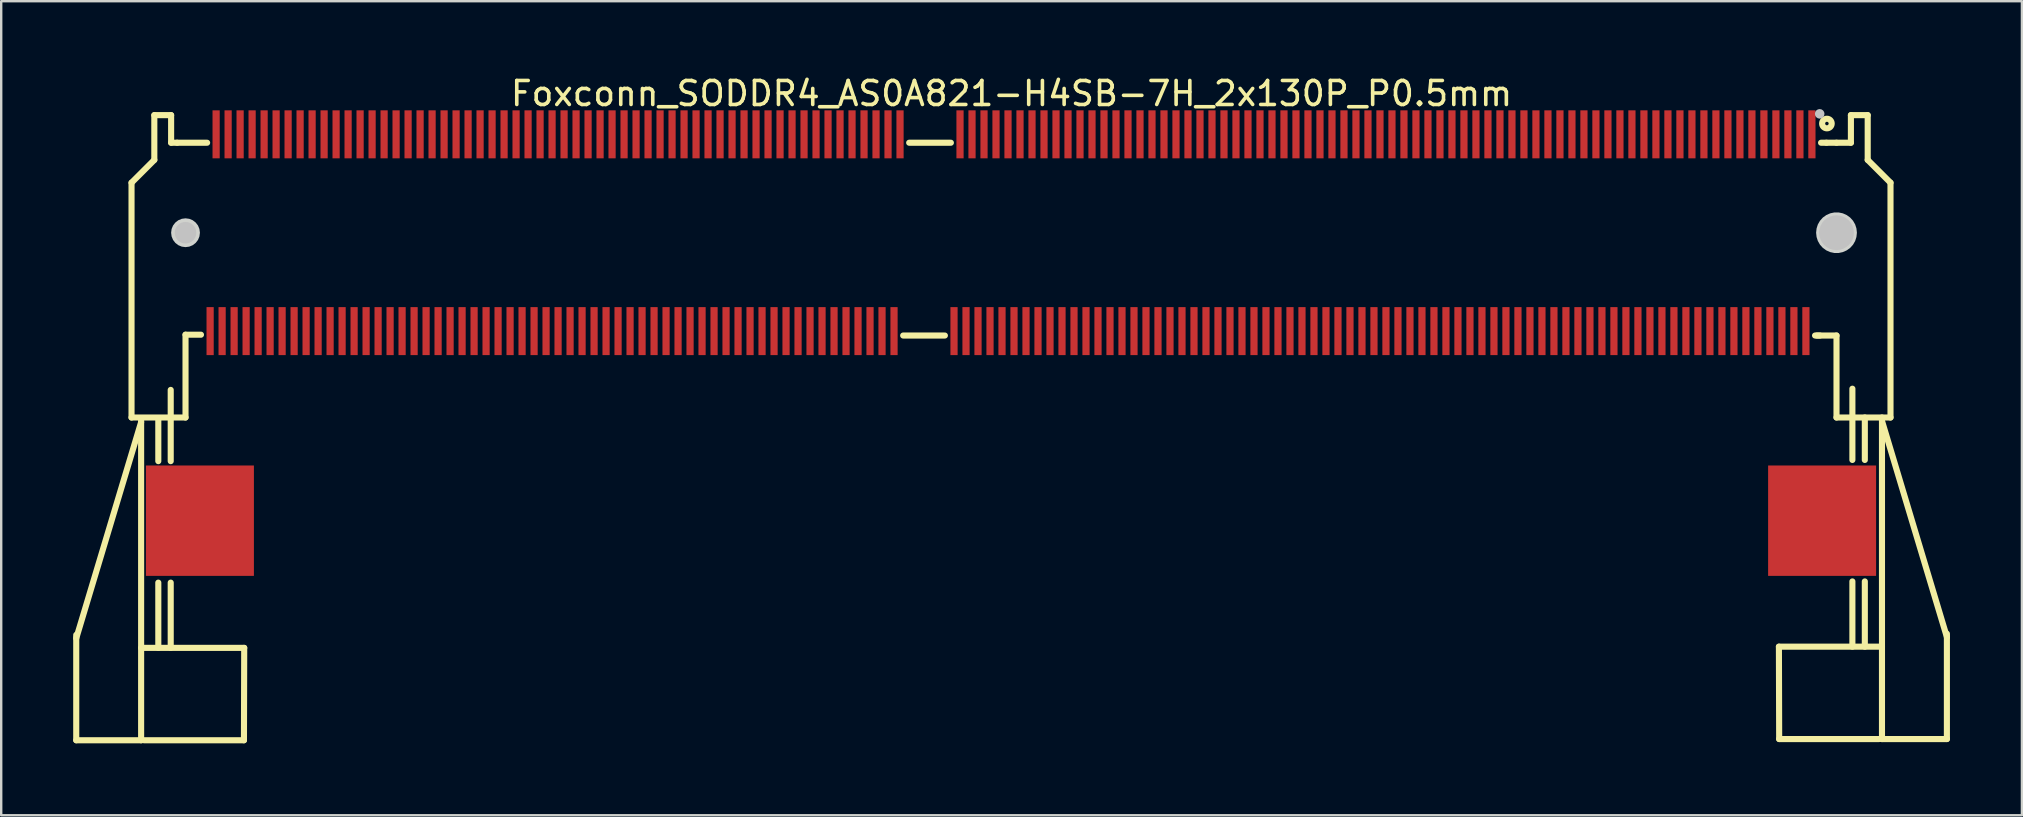
<source format=kicad_pcb>
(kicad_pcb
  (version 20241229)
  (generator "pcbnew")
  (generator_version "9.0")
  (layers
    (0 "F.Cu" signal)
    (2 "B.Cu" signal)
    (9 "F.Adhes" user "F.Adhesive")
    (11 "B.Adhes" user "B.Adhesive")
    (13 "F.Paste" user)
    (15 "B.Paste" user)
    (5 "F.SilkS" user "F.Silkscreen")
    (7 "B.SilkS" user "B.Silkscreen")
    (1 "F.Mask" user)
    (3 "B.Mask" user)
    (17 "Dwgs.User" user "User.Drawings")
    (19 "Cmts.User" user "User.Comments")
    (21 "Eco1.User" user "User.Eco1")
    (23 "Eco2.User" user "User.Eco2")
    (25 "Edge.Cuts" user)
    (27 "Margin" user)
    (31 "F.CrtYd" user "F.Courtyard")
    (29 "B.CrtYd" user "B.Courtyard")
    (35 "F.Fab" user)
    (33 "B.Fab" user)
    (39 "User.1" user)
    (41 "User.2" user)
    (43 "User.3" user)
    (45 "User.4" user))
  (footprint "Foxconn_SODDR4_AS0A821-H4SB-7H_2x130P_P0.5mm"
    (layer "F.Cu")
    (at 39.081 10.598)
    (property "Reference" "Foxconn_SODDR4_AS0A821-H4SB-7H_2x130P_P0.5mm" (at 0.023 -9.75 0) (unlocked yes) (layer "F.SilkS") (effects (font (size 1 1) (thickness 0.15))))
    (fp_line (start -38.954 12.95) (end -36.25 3.945) (stroke (width 0.254) (type default)) (layer "F.SilkS"))
    (fp_line (start -38.954 17.2) (end -38.954 12.81) (stroke (width 0.254) (type default)) (layer "F.SilkS"))
    (fp_line (start -38.954 17.2) (end -36.232 17.2) (stroke (width 0.254) (type default)) (layer "F.SilkS"))
    (fp_line (start -36.65 3.75) (end -36.65 -6.034) (stroke (width 0.254) (type default)) (layer "F.SilkS"))
    (fp_line (start -36.65 3.75) (end -34.4 3.75) (stroke (width 0.254) (type default)) (layer "F.SilkS"))
    (fp_line (start -36.25 3.8) (end -36.25 17.2) (stroke (width 0.254) (type default)) (layer "F.SilkS"))
    (fp_line (start -36.131 17.2) (end -31.965 17.2) (stroke (width 0.254) (type default)) (layer "F.SilkS"))
    (fp_line (start -35.7 -8.85) (end -35.7 -6.984) (stroke (width 0.254) (type default)) (layer "F.SilkS"))
    (fp_line (start -35.7 -6.984) (end -36.65 -6.034) (stroke (width 0.254) (type default)) (layer "F.SilkS"))
    (fp_line (start -35.534 5.569) (end -35.534 3.8) (stroke (width 0.254) (type default)) (layer "F.SilkS"))
    (fp_line (start -35.534 13.35) (end -35.534 10.631) (stroke (width 0.254) (type default)) (layer "F.SilkS"))
    (fp_line (start -35.017 5.569) (end -35.017 2.6) (stroke (width 0.254) (type default)) (layer "F.SilkS"))
    (fp_line (start -35.017 13.35) (end -35.017 10.631) (stroke (width 0.254) (type default)) (layer "F.SilkS"))
    (fp_line (start -35 -8.85) (end -35.7 -8.85) (stroke (width 0.254) (type default)) (layer "F.SilkS"))
    (fp_line (start -35 -7.7) (end -35 -8.85) (stroke (width 0.254) (type default)) (layer "F.SilkS"))
    (fp_line (start -34.75 -7.7) (end -35 -7.7) (stroke (width 0.254) (type default)) (layer "F.SilkS"))
    (fp_line (start -34.4 0.3) (end -33.756 0.3) (stroke (width 0.254) (type default)) (layer "F.SilkS"))
    (fp_line (start -34.4 3.75) (end -34.4 0.3) (stroke (width 0.254) (type default)) (layer "F.SilkS"))
    (fp_line (start -33.5 -7.7) (end -34.75 -7.7) (stroke (width 0.254) (type default)) (layer "F.SilkS"))
    (fp_line (start -31.965 17.2) (end -31.954 13.35) (stroke (width 0.254) (type default)) (layer "F.SilkS"))
    (fp_line (start -31.954 13.35) (end -36.25 13.35) (stroke (width 0.254) (type default)) (layer "F.SilkS"))
    (fp_line (start -2.756 0.334) (end -4.494 0.334) (stroke (width 0.254) (type default)) (layer "F.SilkS"))
    (fp_line (start -2.506 -7.7) (end -4.244 -7.7) (stroke (width 0.254) (type default)) (layer "F.SilkS"))
    (fp_line (start 32 13.3) (end 36.295 13.3) (stroke (width 0.254) (type default)) (layer "F.SilkS"))
    (fp_line (start 32.011 17.15) (end 32 13.3) (stroke (width 0.254) (type default)) (layer "F.SilkS"))
    (fp_line (start 33.709 0.334) (end 33.506 0.334) (stroke (width 0.254) (type default)) (layer "F.SilkS"))
    (fp_line (start 33.981 -7.7) (end 33.756 -7.7) (stroke (width 0.254) (type default)) (layer "F.SilkS"))
    (fp_line (start 34.4 -7.7) (end 33.981 -7.7) (stroke (width 0.254) (type default)) (layer "F.SilkS"))
    (fp_line (start 34.4 -7.7) (end 35 -7.7) (stroke (width 0.254) (type default)) (layer "F.SilkS"))
    (fp_line (start 34.4 0.334) (end 33.581 0.334) (stroke (width 0.254) (type default)) (layer "F.SilkS"))
    (fp_line (start 34.4 0.334) (end 34.4 3.75) (stroke (width 0.254) (type default)) (layer "F.SilkS"))
    (fp_line (start 35 -7.7) (end 35 -8.85) (stroke (width 0.254) (type default)) (layer "F.SilkS"))
    (fp_line (start 35.062 5.519) (end 35.062 2.55) (stroke (width 0.254) (type default)) (layer "F.SilkS"))
    (fp_line (start 35.062 13.3) (end 35.062 10.581) (stroke (width 0.254) (type default)) (layer "F.SilkS"))
    (fp_line (start 35.58 5.519) (end 35.58 3.75) (stroke (width 0.254) (type default)) (layer "F.SilkS"))
    (fp_line (start 35.58 13.3) (end 35.58 10.581) (stroke (width 0.254) (type default)) (layer "F.SilkS"))
    (fp_line (start 35.7 -8.85) (end 35 -8.85) (stroke (width 0.254) (type default)) (layer "F.SilkS"))
    (fp_line (start 35.7 -8.85) (end 35.7 -6.984) (stroke (width 0.254) (type default)) (layer "F.SilkS"))
    (fp_line (start 35.7 -6.984) (end 36.65 -6.035) (stroke (width 0.254) (type default)) (layer "F.SilkS"))
    (fp_line (start 36.177 17.15) (end 32.011 17.15) (stroke (width 0.254) (type default)) (layer "F.SilkS"))
    (fp_line (start 36.295 3.75) (end 36.295 17.15) (stroke (width 0.254) (type default)) (layer "F.SilkS"))
    (fp_line (start 36.65 3.75) (end 34.4 3.75) (stroke (width 0.254) (type default)) (layer "F.SilkS"))
    (fp_line (start 36.65 3.75) (end 36.65 -6.035) (stroke (width 0.254) (type default)) (layer "F.SilkS"))
    (fp_line (start 39 12.9) (end 36.295 3.894) (stroke (width 0.254) (type default)) (layer "F.SilkS"))
    (fp_line (start 39 17.15) (end 36.278 17.15) (stroke (width 0.254) (type default)) (layer "F.SilkS"))
    (fp_line (start 39 17.15) (end 39 12.76) (stroke (width 0.254) (type default)) (layer "F.SilkS"))
    (fp_circle (center 34 -8.5) (end 34.2 -8.5) (stroke (width 0.254) (type default)) (fill no) (layer "F.SilkS"))
    (fp_circle (center -34.4 -3.95) (end -34.175 -3.95) (stroke (width 0.45) (type default)) (fill no) (layer "Dwgs.User"))
    (fp_circle (center 33.699 -8.904) (end 33.799 -8.904) (stroke (width 0.2) (type default)) (fill no) (layer "Dwgs.User"))
    (fp_circle (center 34.4 -3.95) (end 34.763 -3.95) (stroke (width 0.725) (type default)) (fill no) (layer "Dwgs.User"))
    (fp_poly (pts (xy -33.8 -3.95) (xy -33.82 -4.105) (xy -33.88 -4.25) (xy -33.976 -4.374) (xy -34.1 -4.47) (xy -34.245 -4.53) (xy -34.4 -4.55) (xy -34.555 -4.53) (xy -34.7 -4.47) (xy -34.824 -4.374) (xy -34.92 -4.25) (xy -34.98 -4.105) (xy -35 -3.95) (xy -34.98 -3.795) (xy -34.92 -3.65) (xy -34.824 -3.526) (xy -34.7 -3.43) (xy -34.555 -3.37) (xy -34.4 -3.35) (xy -34.245 -3.37) (xy -34.1 -3.43) (xy -33.976 -3.526) (xy -33.88 -3.65) (xy -33.82 -3.795)) (stroke (width 0) (type default)) (fill yes) (layer "Edge.Cuts"))
    (fp_poly (pts (xy 35.25 -3.95) (xy 35.231 -4.127) (xy 35.177 -4.296) (xy 35.088 -4.45) (xy 34.969 -4.582) (xy 34.825 -4.686) (xy 34.663 -4.758) (xy 34.489 -4.795) (xy 34.311 -4.795) (xy 34.137 -4.758) (xy 33.975 -4.686) (xy 33.831 -4.582) (xy 33.712 -4.45) (xy 33.623 -4.296) (xy 33.569 -4.127) (xy 33.55 -3.95) (xy 33.569 -3.773) (xy 33.623 -3.604) (xy 33.712 -3.45) (xy 33.831 -3.318) (xy 33.975 -3.214) (xy 34.137 -3.142) (xy 34.311 -3.105) (xy 34.489 -3.105) (xy 34.663 -3.142) (xy 34.825 -3.214) (xy 34.969 -3.318) (xy 35.088 -3.45) (xy 35.177 -3.604) (xy 35.231 -3.773)) (stroke (width 0) (type default)) (fill yes) (layer "Edge.Cuts"))
    (fp_poly (pts (xy -33.3 0.19) (xy -33.45 0.19) (xy -33.45 -0.51) (xy -33.3 -0.51)) (stroke (width 0.1) (type default)) (fill no) (layer "User.1"))
    (fp_poly (pts (xy -33.05 -7.51) (xy -33.2 -7.51) (xy -33.2 -8.21) (xy -33.05 -8.21)) (stroke (width 0.1) (type default)) (fill no) (layer "User.1"))
    (fp_poly (pts (xy -32.85 9.55) (xy -34.75 9.55) (xy -34.75 6.55) (xy -32.85 6.55)) (stroke (width 0.1) (type default)) (fill no) (layer "User.1"))
    (fp_poly (pts (xy -32.8 0.19) (xy -32.95 0.19) (xy -32.95 -0.51) (xy -32.8 -0.51)) (stroke (width 0.1) (type default)) (fill no) (layer "User.1"))
    (fp_poly (pts (xy -32.55 -7.51) (xy -32.7 -7.51) (xy -32.7 -8.21) (xy -32.55 -8.21)) (stroke (width 0.1) (type default)) (fill no) (layer "User.1"))
    (fp_poly (pts (xy -32.3 0.19) (xy -32.45 0.19) (xy -32.45 -0.51) (xy -32.3 -0.51)) (stroke (width 0.1) (type default)) (fill no) (layer "User.1"))
    (fp_poly (pts (xy -32.05 -7.51) (xy -32.2 -7.51) (xy -32.2 -8.21) (xy -32.05 -8.21)) (stroke (width 0.1) (type default)) (fill no) (layer "User.1"))
    (fp_poly (pts (xy -31.8 0.19) (xy -31.95 0.19) (xy -31.95 -0.51) (xy -31.8 -0.51)) (stroke (width 0.1) (type default)) (fill no) (layer "User.1"))
    (fp_poly (pts (xy -31.55 -7.51) (xy -31.7 -7.51) (xy -31.7 -8.21) (xy -31.55 -8.21)) (stroke (width 0.1) (type default)) (fill no) (layer "User.1"))
    (fp_poly (pts (xy -31.3 0.19) (xy -31.45 0.19) (xy -31.45 -0.51) (xy -31.3 -0.51)) (stroke (width 0.1) (type default)) (fill no) (layer "User.1"))
    (fp_poly (pts (xy -31.05 -7.51) (xy -31.2 -7.51) (xy -31.2 -8.21) (xy -31.05 -8.21)) (stroke (width 0.1) (type default)) (fill no) (layer "User.1"))
    (fp_poly (pts (xy -30.8 0.19) (xy -30.95 0.19) (xy -30.95 -0.51) (xy -30.8 -0.51)) (stroke (width 0.1) (type default)) (fill no) (layer "User.1"))
    (fp_poly (pts (xy -30.55 -7.51) (xy -30.7 -7.51) (xy -30.7 -8.21) (xy -30.55 -8.21)) (stroke (width 0.1) (type default)) (fill no) (layer "User.1"))
    (fp_poly (pts (xy -30.3 0.19) (xy -30.45 0.19) (xy -30.45 -0.51) (xy -30.3 -0.51)) (stroke (width 0.1) (type default)) (fill no) (layer "User.1"))
    (fp_poly (pts (xy -30.05 -7.51) (xy -30.2 -7.51) (xy -30.2 -8.21) (xy -30.05 -8.21)) (stroke (width 0.1) (type default)) (fill no) (layer "User.1"))
    (fp_poly (pts (xy -29.8 0.19) (xy -29.95 0.19) (xy -29.95 -0.51) (xy -29.8 -0.51)) (stroke (width 0.1) (type default)) (fill no) (layer "User.1"))
    (fp_poly (pts (xy -29.55 -7.51) (xy -29.7 -7.51) (xy -29.7 -8.21) (xy -29.55 -8.21)) (stroke (width 0.1) (type default)) (fill no) (layer "User.1"))
    (fp_poly (pts (xy -29.3 0.19) (xy -29.45 0.19) (xy -29.45 -0.51) (xy -29.3 -0.51)) (stroke (width 0.1) (type default)) (fill no) (layer "User.1"))
    (fp_poly (pts (xy -29.05 -7.51) (xy -29.2 -7.51) (xy -29.2 -8.21) (xy -29.05 -8.21)) (stroke (width 0.1) (type default)) (fill no) (layer "User.1"))
    (fp_poly (pts (xy -28.8 0.19) (xy -28.95 0.19) (xy -28.95 -0.51) (xy -28.8 -0.51)) (stroke (width 0.1) (type default)) (fill no) (layer "User.1"))
    (fp_poly (pts (xy -28.55 -7.51) (xy -28.7 -7.51) (xy -28.7 -8.21) (xy -28.55 -8.21)) (stroke (width 0.1) (type default)) (fill no) (layer "User.1"))
    (fp_poly (pts (xy -28.3 0.19) (xy -28.45 0.19) (xy -28.45 -0.51) (xy -28.3 -0.51)) (stroke (width 0.1) (type default)) (fill no) (layer "User.1"))
    (fp_poly (pts (xy -28.05 -7.51) (xy -28.2 -7.51) (xy -28.2 -8.21) (xy -28.05 -8.21)) (stroke (width 0.1) (type default)) (fill no) (layer "User.1"))
    (fp_poly (pts (xy -27.8 0.19) (xy -27.95 0.19) (xy -27.95 -0.51) (xy -27.8 -0.51)) (stroke (width 0.1) (type default)) (fill no) (layer "User.1"))
    (fp_poly (pts (xy -27.55 -7.51) (xy -27.7 -7.51) (xy -27.7 -8.21) (xy -27.55 -8.21)) (stroke (width 0.1) (type default)) (fill no) (layer "User.1"))
    (fp_poly (pts (xy -27.3 0.19) (xy -27.45 0.19) (xy -27.45 -0.51) (xy -27.3 -0.51)) (stroke (width 0.1) (type default)) (fill no) (layer "User.1"))
    (fp_poly (pts (xy -27.05 -7.51) (xy -27.2 -7.51) (xy -27.2 -8.21) (xy -27.05 -8.21)) (stroke (width 0.1) (type default)) (fill no) (layer "User.1"))
    (fp_poly (pts (xy -26.8 0.19) (xy -26.95 0.19) (xy -26.95 -0.51) (xy -26.8 -0.51)) (stroke (width 0.1) (type default)) (fill no) (layer "User.1"))
    (fp_poly (pts (xy -26.55 -7.51) (xy -26.7 -7.51) (xy -26.7 -8.21) (xy -26.55 -8.21)) (stroke (width 0.1) (type default)) (fill no) (layer "User.1"))
    (fp_poly (pts (xy -26.3 0.19) (xy -26.45 0.19) (xy -26.45 -0.51) (xy -26.3 -0.51)) (stroke (width 0.1) (type default)) (fill no) (layer "User.1"))
    (fp_poly (pts (xy -26.05 -7.51) (xy -26.2 -7.51) (xy -26.2 -8.21) (xy -26.05 -8.21)) (stroke (width 0.1) (type default)) (fill no) (layer "User.1"))
    (fp_poly (pts (xy -25.8 0.19) (xy -25.95 0.19) (xy -25.95 -0.51) (xy -25.8 -0.51)) (stroke (width 0.1) (type default)) (fill no) (layer "User.1"))
    (fp_poly (pts (xy -25.55 -7.51) (xy -25.7 -7.51) (xy -25.7 -8.21) (xy -25.55 -8.21)) (stroke (width 0.1) (type default)) (fill no) (layer "User.1"))
    (fp_poly (pts (xy -25.3 0.19) (xy -25.45 0.19) (xy -25.45 -0.51) (xy -25.3 -0.51)) (stroke (width 0.1) (type default)) (fill no) (layer "User.1"))
    (fp_poly (pts (xy -25.05 -7.51) (xy -25.2 -7.51) (xy -25.2 -8.21) (xy -25.05 -8.21)) (stroke (width 0.1) (type default)) (fill no) (layer "User.1"))
    (fp_poly (pts (xy -24.8 0.19) (xy -24.95 0.19) (xy -24.95 -0.51) (xy -24.8 -0.51)) (stroke (width 0.1) (type default)) (fill no) (layer "User.1"))
    (fp_poly (pts (xy -24.55 -7.51) (xy -24.7 -7.51) (xy -24.7 -8.21) (xy -24.55 -8.21)) (stroke (width 0.1) (type default)) (fill no) (layer "User.1"))
    (fp_poly (pts (xy -24.3 0.19) (xy -24.45 0.19) (xy -24.45 -0.51) (xy -24.3 -0.51)) (stroke (width 0.1) (type default)) (fill no) (layer "User.1"))
    (fp_poly (pts (xy -24.05 -7.51) (xy -24.2 -7.51) (xy -24.2 -8.21) (xy -24.05 -8.21)) (stroke (width 0.1) (type default)) (fill no) (layer "User.1"))
    (fp_poly (pts (xy -23.8 0.19) (xy -23.95 0.19) (xy -23.95 -0.51) (xy -23.8 -0.51)) (stroke (width 0.1) (type default)) (fill no) (layer "User.1"))
    (fp_poly (pts (xy -23.55 -7.51) (xy -23.7 -7.51) (xy -23.7 -8.21) (xy -23.55 -8.21)) (stroke (width 0.1) (type default)) (fill no) (layer "User.1"))
    (fp_poly (pts (xy -23.3 0.19) (xy -23.45 0.19) (xy -23.45 -0.51) (xy -23.3 -0.51)) (stroke (width 0.1) (type default)) (fill no) (layer "User.1"))
    (fp_poly (pts (xy -23.05 -7.51) (xy -23.2 -7.51) (xy -23.2 -8.21) (xy -23.05 -8.21)) (stroke (width 0.1) (type default)) (fill no) (layer "User.1"))
    (fp_poly (pts (xy -22.8 0.19) (xy -22.95 0.19) (xy -22.95 -0.51) (xy -22.8 -0.51)) (stroke (width 0.1) (type default)) (fill no) (layer "User.1"))
    (fp_poly (pts (xy -22.55 -7.51) (xy -22.7 -7.51) (xy -22.7 -8.21) (xy -22.55 -8.21)) (stroke (width 0.1) (type default)) (fill no) (layer "User.1"))
    (fp_poly (pts (xy -22.3 0.19) (xy -22.45 0.19) (xy -22.45 -0.51) (xy -22.3 -0.51)) (stroke (width 0.1) (type default)) (fill no) (layer "User.1"))
    (fp_poly (pts (xy -22.05 -7.51) (xy -22.2 -7.51) (xy -22.2 -8.21) (xy -22.05 -8.21)) (stroke (width 0.1) (type default)) (fill no) (layer "User.1"))
    (fp_poly (pts (xy -21.8 0.19) (xy -21.95 0.19) (xy -21.95 -0.51) (xy -21.8 -0.51)) (stroke (width 0.1) (type default)) (fill no) (layer "User.1"))
    (fp_poly (pts (xy -21.55 -7.51) (xy -21.7 -7.51) (xy -21.7 -8.21) (xy -21.55 -8.21)) (stroke (width 0.1) (type default)) (fill no) (layer "User.1"))
    (fp_poly (pts (xy -21.3 0.19) (xy -21.45 0.19) (xy -21.45 -0.51) (xy -21.3 -0.51)) (stroke (width 0.1) (type default)) (fill no) (layer "User.1"))
    (fp_poly (pts (xy -21.05 -7.51) (xy -21.2 -7.51) (xy -21.2 -8.21) (xy -21.05 -8.21)) (stroke (width 0.1) (type default)) (fill no) (layer "User.1"))
    (fp_poly (pts (xy -20.8 0.19) (xy -20.95 0.19) (xy -20.95 -0.51) (xy -20.8 -0.51)) (stroke (width 0.1) (type default)) (fill no) (layer "User.1"))
    (fp_poly (pts (xy -20.55 -7.51) (xy -20.7 -7.51) (xy -20.7 -8.21) (xy -20.55 -8.21)) (stroke (width 0.1) (type default)) (fill no) (layer "User.1"))
    (fp_poly (pts (xy -20.3 0.19) (xy -20.45 0.19) (xy -20.45 -0.51) (xy -20.3 -0.51)) (stroke (width 0.1) (type default)) (fill no) (layer "User.1"))
    (fp_poly (pts (xy -20.05 -7.51) (xy -20.2 -7.51) (xy -20.2 -8.21) (xy -20.05 -8.21)) (stroke (width 0.1) (type default)) (fill no) (layer "User.1"))
    (fp_poly (pts (xy -19.8 0.19) (xy -19.95 0.19) (xy -19.95 -0.51) (xy -19.8 -0.51)) (stroke (width 0.1) (type default)) (fill no) (layer "User.1"))
    (fp_poly (pts (xy -19.55 -7.51) (xy -19.7 -7.51) (xy -19.7 -8.21) (xy -19.55 -8.21)) (stroke (width 0.1) (type default)) (fill no) (layer "User.1"))
    (fp_poly (pts (xy -19.3 0.19) (xy -19.45 0.19) (xy -19.45 -0.51) (xy -19.3 -0.51)) (stroke (width 0.1) (type default)) (fill no) (layer "User.1"))
    (fp_poly (pts (xy -19.05 -7.51) (xy -19.2 -7.51) (xy -19.2 -8.21) (xy -19.05 -8.21)) (stroke (width 0.1) (type default)) (fill no) (layer "User.1"))
    (fp_poly (pts (xy -18.8 0.19) (xy -18.95 0.19) (xy -18.95 -0.51) (xy -18.8 -0.51)) (stroke (width 0.1) (type default)) (fill no) (layer "User.1"))
    (fp_poly (pts (xy -18.55 -7.51) (xy -18.7 -7.51) (xy -18.7 -8.21) (xy -18.55 -8.21)) (stroke (width 0.1) (type default)) (fill no) (layer "User.1"))
    (fp_poly (pts (xy -18.3 0.19) (xy -18.45 0.19) (xy -18.45 -0.51) (xy -18.3 -0.51)) (stroke (width 0.1) (type default)) (fill no) (layer "User.1"))
    (fp_poly (pts (xy -18.05 -7.51) (xy -18.2 -7.51) (xy -18.2 -8.21) (xy -18.05 -8.21)) (stroke (width 0.1) (type default)) (fill no) (layer "User.1"))
    (fp_poly (pts (xy -17.8 0.19) (xy -17.95 0.19) (xy -17.95 -0.51) (xy -17.8 -0.51)) (stroke (width 0.1) (type default)) (fill no) (layer "User.1"))
    (fp_poly (pts (xy -17.55 -7.51) (xy -17.7 -7.51) (xy -17.7 -8.21) (xy -17.55 -8.21)) (stroke (width 0.1) (type default)) (fill no) (layer "User.1"))
    (fp_poly (pts (xy -17.3 0.19) (xy -17.45 0.19) (xy -17.45 -0.51) (xy -17.3 -0.51)) (stroke (width 0.1) (type default)) (fill no) (layer "User.1"))
    (fp_poly (pts (xy -17.05 -7.51) (xy -17.2 -7.51) (xy -17.2 -8.21) (xy -17.05 -8.21)) (stroke (width 0.1) (type default)) (fill no) (layer "User.1"))
    (fp_poly (pts (xy -16.8 0.19) (xy -16.95 0.19) (xy -16.95 -0.51) (xy -16.8 -0.51)) (stroke (width 0.1) (type default)) (fill no) (layer "User.1"))
    (fp_poly (pts (xy -16.55 -7.51) (xy -16.7 -7.51) (xy -16.7 -8.21) (xy -16.55 -8.21)) (stroke (width 0.1) (type default)) (fill no) (layer "User.1"))
    (fp_poly (pts (xy -16.3 0.19) (xy -16.45 0.19) (xy -16.45 -0.51) (xy -16.3 -0.51)) (stroke (width 0.1) (type default)) (fill no) (layer "User.1"))
    (fp_poly (pts (xy -16.05 -7.51) (xy -16.2 -7.51) (xy -16.2 -8.21) (xy -16.05 -8.21)) (stroke (width 0.1) (type default)) (fill no) (layer "User.1"))
    (fp_poly (pts (xy -15.8 0.19) (xy -15.95 0.19) (xy -15.95 -0.51) (xy -15.8 -0.51)) (stroke (width 0.1) (type default)) (fill no) (layer "User.1"))
    (fp_poly (pts (xy -15.55 -7.51) (xy -15.7 -7.51) (xy -15.7 -8.21) (xy -15.55 -8.21)) (stroke (width 0.1) (type default)) (fill no) (layer "User.1"))
    (fp_poly (pts (xy -15.3 0.19) (xy -15.45 0.19) (xy -15.45 -0.51) (xy -15.3 -0.51)) (stroke (width 0.1) (type default)) (fill no) (layer "User.1"))
    (fp_poly (pts (xy -15.05 -7.51) (xy -15.2 -7.51) (xy -15.2 -8.21) (xy -15.05 -8.21)) (stroke (width 0.1) (type default)) (fill no) (layer "User.1"))
    (fp_poly (pts (xy -14.8 0.19) (xy -14.95 0.19) (xy -14.95 -0.51) (xy -14.8 -0.51)) (stroke (width 0.1) (type default)) (fill no) (layer "User.1"))
    (fp_poly (pts (xy -14.55 -7.51) (xy -14.7 -7.51) (xy -14.7 -8.21) (xy -14.55 -8.21)) (stroke (width 0.1) (type default)) (fill no) (layer "User.1"))
    (fp_poly (pts (xy -14.3 0.19) (xy -14.45 0.19) (xy -14.45 -0.51) (xy -14.3 -0.51)) (stroke (width 0.1) (type default)) (fill no) (layer "User.1"))
    (fp_poly (pts (xy -14.05 -7.51) (xy -14.2 -7.51) (xy -14.2 -8.21) (xy -14.05 -8.21)) (stroke (width 0.1) (type default)) (fill no) (layer "User.1"))
    (fp_poly (pts (xy -13.8 0.19) (xy -13.95 0.19) (xy -13.95 -0.51) (xy -13.8 -0.51)) (stroke (width 0.1) (type default)) (fill no) (layer "User.1"))
    (fp_poly (pts (xy -13.55 -7.51) (xy -13.7 -7.51) (xy -13.7 -8.21) (xy -13.55 -8.21)) (stroke (width 0.1) (type default)) (fill no) (layer "User.1"))
    (fp_poly (pts (xy -13.3 0.19) (xy -13.45 0.19) (xy -13.45 -0.51) (xy -13.3 -0.51)) (stroke (width 0.1) (type default)) (fill no) (layer "User.1"))
    (fp_poly (pts (xy -13.05 -7.51) (xy -13.2 -7.51) (xy -13.2 -8.21) (xy -13.05 -8.21)) (stroke (width 0.1) (type default)) (fill no) (layer "User.1"))
    (fp_poly (pts (xy -12.8 0.19) (xy -12.95 0.19) (xy -12.95 -0.51) (xy -12.8 -0.51)) (stroke (width 0.1) (type default)) (fill no) (layer "User.1"))
    (fp_poly (pts (xy -12.55 -7.51) (xy -12.7 -7.51) (xy -12.7 -8.21) (xy -12.55 -8.21)) (stroke (width 0.1) (type default)) (fill no) (layer "User.1"))
    (fp_poly (pts (xy -12.3 0.19) (xy -12.45 0.19) (xy -12.45 -0.51) (xy -12.3 -0.51)) (stroke (width 0.1) (type default)) (fill no) (layer "User.1"))
    (fp_poly (pts (xy -12.05 -7.51) (xy -12.2 -7.51) (xy -12.2 -8.21) (xy -12.05 -8.21)) (stroke (width 0.1) (type default)) (fill no) (layer "User.1"))
    (fp_poly (pts (xy -11.8 0.19) (xy -11.95 0.19) (xy -11.95 -0.51) (xy -11.8 -0.51)) (stroke (width 0.1) (type default)) (fill no) (layer "User.1"))
    (fp_poly (pts (xy -11.55 -7.51) (xy -11.7 -7.51) (xy -11.7 -8.21) (xy -11.55 -8.21)) (stroke (width 0.1) (type default)) (fill no) (layer "User.1"))
    (fp_poly (pts (xy -11.3 0.19) (xy -11.45 0.19) (xy -11.45 -0.51) (xy -11.3 -0.51)) (stroke (width 0.1) (type default)) (fill no) (layer "User.1"))
    (fp_poly (pts (xy -11.05 -7.51) (xy -11.2 -7.51) (xy -11.2 -8.21) (xy -11.05 -8.21)) (stroke (width 0.1) (type default)) (fill no) (layer "User.1"))
    (fp_poly (pts (xy -10.8 0.19) (xy -10.95 0.19) (xy -10.95 -0.51) (xy -10.8 -0.51)) (stroke (width 0.1) (type default)) (fill no) (layer "User.1"))
    (fp_poly (pts (xy -10.55 -7.51) (xy -10.7 -7.51) (xy -10.7 -8.21) (xy -10.55 -8.21)) (stroke (width 0.1) (type default)) (fill no) (layer "User.1"))
    (fp_poly (pts (xy -10.3 0.19) (xy -10.45 0.19) (xy -10.45 -0.51) (xy -10.3 -0.51)) (stroke (width 0.1) (type default)) (fill no) (layer "User.1"))
    (fp_poly (pts (xy -10.05 -7.51) (xy -10.2 -7.51) (xy -10.2 -8.21) (xy -10.05 -8.21)) (stroke (width 0.1) (type default)) (fill no) (layer "User.1"))
    (fp_poly (pts (xy -9.8 0.19) (xy -9.95 0.19) (xy -9.95 -0.51) (xy -9.8 -0.51)) (stroke (width 0.1) (type default)) (fill no) (layer "User.1"))
    (fp_poly (pts (xy -9.55 -7.51) (xy -9.7 -7.51) (xy -9.7 -8.21) (xy -9.55 -8.21)) (stroke (width 0.1) (type default)) (fill no) (layer "User.1"))
    (fp_poly (pts (xy -9.3 0.19) (xy -9.45 0.19) (xy -9.45 -0.51) (xy -9.3 -0.51)) (stroke (width 0.1) (type default)) (fill no) (layer "User.1"))
    (fp_poly (pts (xy -9.05 -7.51) (xy -9.2 -7.51) (xy -9.2 -8.21) (xy -9.05 -8.21)) (stroke (width 0.1) (type default)) (fill no) (layer "User.1"))
    (fp_poly (pts (xy -8.8 0.19) (xy -8.95 0.19) (xy -8.95 -0.51) (xy -8.8 -0.51)) (stroke (width 0.1) (type default)) (fill no) (layer "User.1"))
    (fp_poly (pts (xy -8.55 -7.51) (xy -8.7 -7.51) (xy -8.7 -8.21) (xy -8.55 -8.21)) (stroke (width 0.1) (type default)) (fill no) (layer "User.1"))
    (fp_poly (pts (xy -8.3 0.19) (xy -8.45 0.19) (xy -8.45 -0.51) (xy -8.3 -0.51)) (stroke (width 0.1) (type default)) (fill no) (layer "User.1"))
    (fp_poly (pts (xy -8.05 -7.51) (xy -8.2 -7.51) (xy -8.2 -8.21) (xy -8.05 -8.21)) (stroke (width 0.1) (type default)) (fill no) (layer "User.1"))
    (fp_poly (pts (xy -7.8 0.19) (xy -7.95 0.19) (xy -7.95 -0.51) (xy -7.8 -0.51)) (stroke (width 0.1) (type default)) (fill no) (layer "User.1"))
    (fp_poly (pts (xy -7.55 -7.51) (xy -7.7 -7.51) (xy -7.7 -8.21) (xy -7.55 -8.21)) (stroke (width 0.1) (type default)) (fill no) (layer "User.1"))
    (fp_poly (pts (xy -7.3 0.19) (xy -7.45 0.19) (xy -7.45 -0.51) (xy -7.3 -0.51)) (stroke (width 0.1) (type default)) (fill no) (layer "User.1"))
    (fp_poly (pts (xy -7.05 -7.51) (xy -7.2 -7.51) (xy -7.2 -8.21) (xy -7.05 -8.21)) (stroke (width 0.1) (type default)) (fill no) (layer "User.1"))
    (fp_poly (pts (xy -6.8 0.19) (xy -6.95 0.19) (xy -6.95 -0.51) (xy -6.8 -0.51)) (stroke (width 0.1) (type default)) (fill no) (layer "User.1"))
    (fp_poly (pts (xy -6.55 -7.51) (xy -6.7 -7.51) (xy -6.7 -8.21) (xy -6.55 -8.21)) (stroke (width 0.1) (type default)) (fill no) (layer "User.1"))
    (fp_poly (pts (xy -6.3 0.19) (xy -6.45 0.19) (xy -6.45 -0.51) (xy -6.3 -0.51)) (stroke (width 0.1) (type default)) (fill no) (layer "User.1"))
    (fp_poly (pts (xy -6.05 -7.51) (xy -6.2 -7.51) (xy -6.2 -8.21) (xy -6.05 -8.21)) (stroke (width 0.1) (type default)) (fill no) (layer "User.1"))
    (fp_poly (pts (xy -5.8 0.19) (xy -5.95 0.19) (xy -5.95 -0.51) (xy -5.8 -0.51)) (stroke (width 0.1) (type default)) (fill no) (layer "User.1"))
    (fp_poly (pts (xy -5.55 -7.51) (xy -5.7 -7.51) (xy -5.7 -8.21) (xy -5.55 -8.21)) (stroke (width 0.1) (type default)) (fill no) (layer "User.1"))
    (fp_poly (pts (xy -5.3 0.19) (xy -5.45 0.19) (xy -5.45 -0.51) (xy -5.3 -0.51)) (stroke (width 0.1) (type default)) (fill no) (layer "User.1"))
    (fp_poly (pts (xy -5.05 -7.51) (xy -5.2 -7.51) (xy -5.2 -8.21) (xy -5.05 -8.21)) (stroke (width 0.1) (type default)) (fill no) (layer "User.1"))
    (fp_poly (pts (xy -4.8 0.19) (xy -4.95 0.19) (xy -4.95 -0.51) (xy -4.8 -0.51)) (stroke (width 0.1) (type default)) (fill no) (layer "User.1"))
    (fp_poly (pts (xy -4.55 -7.51) (xy -4.7 -7.51) (xy -4.7 -8.21) (xy -4.55 -8.21)) (stroke (width 0.1) (type default)) (fill no) (layer "User.1"))
    (fp_poly (pts (xy -2.3 0.19) (xy -2.45 0.19) (xy -2.45 -0.51) (xy -2.3 -0.51)) (stroke (width 0.1) (type default)) (fill no) (layer "User.1"))
    (fp_poly (pts (xy -2.05 -7.51) (xy -2.2 -7.51) (xy -2.2 -8.21) (xy -2.05 -8.21)) (stroke (width 0.1) (type default)) (fill no) (layer "User.1"))
    (fp_poly (pts (xy -1.8 0.19) (xy -1.95 0.19) (xy -1.95 -0.51) (xy -1.8 -0.51)) (stroke (width 0.1) (type default)) (fill no) (layer "User.1"))
    (fp_poly (pts (xy -1.55 -7.51) (xy -1.7 -7.51) (xy -1.7 -8.21) (xy -1.55 -8.21)) (stroke (width 0.1) (type default)) (fill no) (layer "User.1"))
    (fp_poly (pts (xy -1.3 0.19) (xy -1.45 0.19) (xy -1.45 -0.51) (xy -1.3 -0.51)) (stroke (width 0.1) (type default)) (fill no) (layer "User.1"))
    (fp_poly (pts (xy -1.05 -7.51) (xy -1.2 -7.51) (xy -1.2 -8.21) (xy -1.05 -8.21)) (stroke (width 0.1) (type default)) (fill no) (layer "User.1"))
    (fp_poly (pts (xy -0.8 0.19) (xy -0.95 0.19) (xy -0.95 -0.51) (xy -0.8 -0.51)) (stroke (width 0.1) (type default)) (fill no) (layer "User.1"))
    (fp_poly (pts (xy -0.55 -7.51) (xy -0.7 -7.51) (xy -0.7 -8.21) (xy -0.55 -8.21)) (stroke (width 0.1) (type default)) (fill no) (layer "User.1"))
    (fp_poly (pts (xy -0.3 0.19) (xy -0.45 0.19) (xy -0.45 -0.51) (xy -0.3 -0.51)) (stroke (width 0.1) (type default)) (fill no) (layer "User.1"))
    (fp_poly (pts (xy -0.05 -7.51) (xy -0.2 -7.51) (xy -0.2 -8.21) (xy -0.05 -8.21)) (stroke (width 0.1) (type default)) (fill no) (layer "User.1"))
    (fp_poly (pts (xy 0.2 0.19) (xy 0.05 0.19) (xy 0.05 -0.51) (xy 0.2 -0.51)) (stroke (width 0.1) (type default)) (fill no) (layer "User.1"))
    (fp_poly (pts (xy 0.45 -7.51) (xy 0.3 -7.51) (xy 0.3 -8.21) (xy 0.45 -8.21)) (stroke (width 0.1) (type default)) (fill no) (layer "User.1"))
    (fp_poly (pts (xy 0.7 0.19) (xy 0.55 0.19) (xy 0.55 -0.51) (xy 0.7 -0.51)) (stroke (width 0.1) (type default)) (fill no) (layer "User.1"))
    (fp_poly (pts (xy 0.95 -7.51) (xy 0.8 -7.51) (xy 0.8 -8.21) (xy 0.95 -8.21)) (stroke (width 0.1) (type default)) (fill no) (layer "User.1"))
    (fp_poly (pts (xy 1.2 0.19) (xy 1.05 0.19) (xy 1.05 -0.51) (xy 1.2 -0.51)) (stroke (width 0.1) (type default)) (fill no) (layer "User.1"))
    (fp_poly (pts (xy 1.45 -7.51) (xy 1.3 -7.51) (xy 1.3 -8.21) (xy 1.45 -8.21)) (stroke (width 0.1) (type default)) (fill no) (layer "User.1"))
    (fp_poly (pts (xy 1.7 0.19) (xy 1.55 0.19) (xy 1.55 -0.51) (xy 1.7 -0.51)) (stroke (width 0.1) (type default)) (fill no) (layer "User.1"))
    (fp_poly (pts (xy 1.95 -7.51) (xy 1.8 -7.51) (xy 1.8 -8.21) (xy 1.95 -8.21)) (stroke (width 0.1) (type default)) (fill no) (layer "User.1"))
    (fp_poly (pts (xy 2.2 0.19) (xy 2.05 0.19) (xy 2.05 -0.51) (xy 2.2 -0.51)) (stroke (width 0.1) (type default)) (fill no) (layer "User.1"))
    (fp_poly (pts (xy 2.45 -7.51) (xy 2.3 -7.51) (xy 2.3 -8.21) (xy 2.45 -8.21)) (stroke (width 0.1) (type default)) (fill no) (layer "User.1"))
    (fp_poly (pts (xy 2.7 0.19) (xy 2.55 0.19) (xy 2.55 -0.51) (xy 2.7 -0.51)) (stroke (width 0.1) (type default)) (fill no) (layer "User.1"))
    (fp_poly (pts (xy 2.95 -7.51) (xy 2.8 -7.51) (xy 2.8 -8.21) (xy 2.95 -8.21)) (stroke (width 0.1) (type default)) (fill no) (layer "User.1"))
    (fp_poly (pts (xy 3.2 0.19) (xy 3.05 0.19) (xy 3.05 -0.51) (xy 3.2 -0.51)) (stroke (width 0.1) (type default)) (fill no) (layer "User.1"))
    (fp_poly (pts (xy 3.45 -7.51) (xy 3.3 -7.51) (xy 3.3 -8.21) (xy 3.45 -8.21)) (stroke (width 0.1) (type default)) (fill no) (layer "User.1"))
    (fp_poly (pts (xy 3.7 0.19) (xy 3.55 0.19) (xy 3.55 -0.51) (xy 3.7 -0.51)) (stroke (width 0.1) (type default)) (fill no) (layer "User.1"))
    (fp_poly (pts (xy 3.95 -7.51) (xy 3.8 -7.51) (xy 3.8 -8.21) (xy 3.95 -8.21)) (stroke (width 0.1) (type default)) (fill no) (layer "User.1"))
    (fp_poly (pts (xy 4.2 0.19) (xy 4.05 0.19) (xy 4.05 -0.51) (xy 4.2 -0.51)) (stroke (width 0.1) (type default)) (fill no) (layer "User.1"))
    (fp_poly (pts (xy 4.45 -7.51) (xy 4.3 -7.51) (xy 4.3 -8.21) (xy 4.45 -8.21)) (stroke (width 0.1) (type default)) (fill no) (layer "User.1"))
    (fp_poly (pts (xy 4.7 0.19) (xy 4.55 0.19) (xy 4.55 -0.51) (xy 4.7 -0.51)) (stroke (width 0.1) (type default)) (fill no) (layer "User.1"))
    (fp_poly (pts (xy 4.95 -7.51) (xy 4.8 -7.51) (xy 4.8 -8.21) (xy 4.95 -8.21)) (stroke (width 0.1) (type default)) (fill no) (layer "User.1"))
    (fp_poly (pts (xy 5.2 0.19) (xy 5.05 0.19) (xy 5.05 -0.51) (xy 5.2 -0.51)) (stroke (width 0.1) (type default)) (fill no) (layer "User.1"))
    (fp_poly (pts (xy 5.45 -7.51) (xy 5.3 -7.51) (xy 5.3 -8.21) (xy 5.45 -8.21)) (stroke (width 0.1) (type default)) (fill no) (layer "User.1"))
    (fp_poly (pts (xy 5.7 0.19) (xy 5.55 0.19) (xy 5.55 -0.51) (xy 5.7 -0.51)) (stroke (width 0.1) (type default)) (fill no) (layer "User.1"))
    (fp_poly (pts (xy 5.95 -7.51) (xy 5.8 -7.51) (xy 5.8 -8.21) (xy 5.95 -8.21)) (stroke (width 0.1) (type default)) (fill no) (layer "User.1"))
    (fp_poly (pts (xy 6.2 0.19) (xy 6.05 0.19) (xy 6.05 -0.51) (xy 6.2 -0.51)) (stroke (width 0.1) (type default)) (fill no) (layer "User.1"))
    (fp_poly (pts (xy 6.45 -7.51) (xy 6.3 -7.51) (xy 6.3 -8.21) (xy 6.45 -8.21)) (stroke (width 0.1) (type default)) (fill no) (layer "User.1"))
    (fp_poly (pts (xy 6.7 0.19) (xy 6.55 0.19) (xy 6.55 -0.51) (xy 6.7 -0.51)) (stroke (width 0.1) (type default)) (fill no) (layer "User.1"))
    (fp_poly (pts (xy 6.95 -7.51) (xy 6.8 -7.51) (xy 6.8 -8.21) (xy 6.95 -8.21)) (stroke (width 0.1) (type default)) (fill no) (layer "User.1"))
    (fp_poly (pts (xy 7.2 0.19) (xy 7.05 0.19) (xy 7.05 -0.51) (xy 7.2 -0.51)) (stroke (width 0.1) (type default)) (fill no) (layer "User.1"))
    (fp_poly (pts (xy 7.45 -7.51) (xy 7.3 -7.51) (xy 7.3 -8.21) (xy 7.45 -8.21)) (stroke (width 0.1) (type default)) (fill no) (layer "User.1"))
    (fp_poly (pts (xy 7.7 0.19) (xy 7.55 0.19) (xy 7.55 -0.51) (xy 7.7 -0.51)) (stroke (width 0.1) (type default)) (fill no) (layer "User.1"))
    (fp_poly (pts (xy 7.95 -7.51) (xy 7.8 -7.51) (xy 7.8 -8.21) (xy 7.95 -8.21)) (stroke (width 0.1) (type default)) (fill no) (layer "User.1"))
    (fp_poly (pts (xy 8.2 0.19) (xy 8.05 0.19) (xy 8.05 -0.51) (xy 8.2 -0.51)) (stroke (width 0.1) (type default)) (fill no) (layer "User.1"))
    (fp_poly (pts (xy 8.45 -7.51) (xy 8.3 -7.51) (xy 8.3 -8.21) (xy 8.45 -8.21)) (stroke (width 0.1) (type default)) (fill no) (layer "User.1"))
    (fp_poly (pts (xy 8.7 0.19) (xy 8.55 0.19) (xy 8.55 -0.51) (xy 8.7 -0.51)) (stroke (width 0.1) (type default)) (fill no) (layer "User.1"))
    (fp_poly (pts (xy 8.95 -7.51) (xy 8.8 -7.51) (xy 8.8 -8.21) (xy 8.95 -8.21)) (stroke (width 0.1) (type default)) (fill no) (layer "User.1"))
    (fp_poly (pts (xy 9.2 0.19) (xy 9.05 0.19) (xy 9.05 -0.51) (xy 9.2 -0.51)) (stroke (width 0.1) (type default)) (fill no) (layer "User.1"))
    (fp_poly (pts (xy 9.45 -7.51) (xy 9.3 -7.51) (xy 9.3 -8.21) (xy 9.45 -8.21)) (stroke (width 0.1) (type default)) (fill no) (layer "User.1"))
    (fp_poly (pts (xy 9.7 0.19) (xy 9.55 0.19) (xy 9.55 -0.51) (xy 9.7 -0.51)) (stroke (width 0.1) (type default)) (fill no) (layer "User.1"))
    (fp_poly (pts (xy 9.95 -7.51) (xy 9.8 -7.51) (xy 9.8 -8.21) (xy 9.95 -8.21)) (stroke (width 0.1) (type default)) (fill no) (layer "User.1"))
    (fp_poly (pts (xy 10.2 0.19) (xy 10.05 0.19) (xy 10.05 -0.51) (xy 10.2 -0.51)) (stroke (width 0.1) (type default)) (fill no) (layer "User.1"))
    (fp_poly (pts (xy 10.45 -7.51) (xy 10.3 -7.51) (xy 10.3 -8.21) (xy 10.45 -8.21)) (stroke (width 0.1) (type default)) (fill no) (layer "User.1"))
    (fp_poly (pts (xy 10.7 0.19) (xy 10.55 0.19) (xy 10.55 -0.51) (xy 10.7 -0.51)) (stroke (width 0.1) (type default)) (fill no) (layer "User.1"))
    (fp_poly (pts (xy 10.95 -7.51) (xy 10.8 -7.51) (xy 10.8 -8.21) (xy 10.95 -8.21)) (stroke (width 0.1) (type default)) (fill no) (layer "User.1"))
    (fp_poly (pts (xy 11.2 0.19) (xy 11.05 0.19) (xy 11.05 -0.51) (xy 11.2 -0.51)) (stroke (width 0.1) (type default)) (fill no) (layer "User.1"))
    (fp_poly (pts (xy 11.45 -7.51) (xy 11.3 -7.51) (xy 11.3 -8.21) (xy 11.45 -8.21)) (stroke (width 0.1) (type default)) (fill no) (layer "User.1"))
    (fp_poly (pts (xy 11.7 0.19) (xy 11.55 0.19) (xy 11.55 -0.51) (xy 11.7 -0.51)) (stroke (width 0.1) (type default)) (fill no) (layer "User.1"))
    (fp_poly (pts (xy 11.95 -7.51) (xy 11.8 -7.51) (xy 11.8 -8.21) (xy 11.95 -8.21)) (stroke (width 0.1) (type default)) (fill no) (layer "User.1"))
    (fp_poly (pts (xy 12.2 0.19) (xy 12.05 0.19) (xy 12.05 -0.51) (xy 12.2 -0.51)) (stroke (width 0.1) (type default)) (fill no) (layer "User.1"))
    (fp_poly (pts (xy 12.45 -7.51) (xy 12.3 -7.51) (xy 12.3 -8.21) (xy 12.45 -8.21)) (stroke (width 0.1) (type default)) (fill no) (layer "User.1"))
    (fp_poly (pts (xy 12.7 0.19) (xy 12.55 0.19) (xy 12.55 -0.51) (xy 12.7 -0.51)) (stroke (width 0.1) (type default)) (fill no) (layer "User.1"))
    (fp_poly (pts (xy 12.95 -7.51) (xy 12.8 -7.51) (xy 12.8 -8.21) (xy 12.95 -8.21)) (stroke (width 0.1) (type default)) (fill no) (layer "User.1"))
    (fp_poly (pts (xy 13.2 0.19) (xy 13.05 0.19) (xy 13.05 -0.51) (xy 13.2 -0.51)) (stroke (width 0.1) (type default)) (fill no) (layer "User.1"))
    (fp_poly (pts (xy 13.45 -7.51) (xy 13.3 -7.51) (xy 13.3 -8.21) (xy 13.45 -8.21)) (stroke (width 0.1) (type default)) (fill no) (layer "User.1"))
    (fp_poly (pts (xy 13.7 0.19) (xy 13.55 0.19) (xy 13.55 -0.51) (xy 13.7 -0.51)) (stroke (width 0.1) (type default)) (fill no) (layer "User.1"))
    (fp_poly (pts (xy 13.95 -7.51) (xy 13.8 -7.51) (xy 13.8 -8.21) (xy 13.95 -8.21)) (stroke (width 0.1) (type default)) (fill no) (layer "User.1"))
    (fp_poly (pts (xy 14.2 0.19) (xy 14.05 0.19) (xy 14.05 -0.51) (xy 14.2 -0.51)) (stroke (width 0.1) (type default)) (fill no) (layer "User.1"))
    (fp_poly (pts (xy 14.45 -7.51) (xy 14.3 -7.51) (xy 14.3 -8.21) (xy 14.45 -8.21)) (stroke (width 0.1) (type default)) (fill no) (layer "User.1"))
    (fp_poly (pts (xy 14.7 0.19) (xy 14.55 0.19) (xy 14.55 -0.51) (xy 14.7 -0.51)) (stroke (width 0.1) (type default)) (fill no) (layer "User.1"))
    (fp_poly (pts (xy 14.95 -7.51) (xy 14.8 -7.51) (xy 14.8 -8.21) (xy 14.95 -8.21)) (stroke (width 0.1) (type default)) (fill no) (layer "User.1"))
    (fp_poly (pts (xy 15.2 0.19) (xy 15.05 0.19) (xy 15.05 -0.51) (xy 15.2 -0.51)) (stroke (width 0.1) (type default)) (fill no) (layer "User.1"))
    (fp_poly (pts (xy 15.45 -7.51) (xy 15.3 -7.51) (xy 15.3 -8.21) (xy 15.45 -8.21)) (stroke (width 0.1) (type default)) (fill no) (layer "User.1"))
    (fp_poly (pts (xy 15.7 0.19) (xy 15.55 0.19) (xy 15.55 -0.51) (xy 15.7 -0.51)) (stroke (width 0.1) (type default)) (fill no) (layer "User.1"))
    (fp_poly (pts (xy 15.95 -7.51) (xy 15.8 -7.51) (xy 15.8 -8.21) (xy 15.95 -8.21)) (stroke (width 0.1) (type default)) (fill no) (layer "User.1"))
    (fp_poly (pts (xy 16.2 0.19) (xy 16.05 0.19) (xy 16.05 -0.51) (xy 16.2 -0.51)) (stroke (width 0.1) (type default)) (fill no) (layer "User.1"))
    (fp_poly (pts (xy 16.45 -7.51) (xy 16.3 -7.51) (xy 16.3 -8.21) (xy 16.45 -8.21)) (stroke (width 0.1) (type default)) (fill no) (layer "User.1"))
    (fp_poly (pts (xy 16.7 0.19) (xy 16.55 0.19) (xy 16.55 -0.51) (xy 16.7 -0.51)) (stroke (width 0.1) (type default)) (fill no) (layer "User.1"))
    (fp_poly (pts (xy 16.95 -7.51) (xy 16.8 -7.51) (xy 16.8 -8.21) (xy 16.95 -8.21)) (stroke (width 0.1) (type default)) (fill no) (layer "User.1"))
    (fp_poly (pts (xy 17.2 0.19) (xy 17.05 0.19) (xy 17.05 -0.51) (xy 17.2 -0.51)) (stroke (width 0.1) (type default)) (fill no) (layer "User.1"))
    (fp_poly (pts (xy 17.45 -7.51) (xy 17.3 -7.51) (xy 17.3 -8.21) (xy 17.45 -8.21)) (stroke (width 0.1) (type default)) (fill no) (layer "User.1"))
    (fp_poly (pts (xy 17.7 0.19) (xy 17.55 0.19) (xy 17.55 -0.51) (xy 17.7 -0.51)) (stroke (width 0.1) (type default)) (fill no) (layer "User.1"))
    (fp_poly (pts (xy 17.95 -7.51) (xy 17.8 -7.51) (xy 17.8 -8.21) (xy 17.95 -8.21)) (stroke (width 0.1) (type default)) (fill no) (layer "User.1"))
    (fp_poly (pts (xy 18.2 0.19) (xy 18.05 0.19) (xy 18.05 -0.51) (xy 18.2 -0.51)) (stroke (width 0.1) (type default)) (fill no) (layer "User.1"))
    (fp_poly (pts (xy 18.45 -7.51) (xy 18.3 -7.51) (xy 18.3 -8.21) (xy 18.45 -8.21)) (stroke (width 0.1) (type default)) (fill no) (layer "User.1"))
    (fp_poly (pts (xy 18.7 0.19) (xy 18.55 0.19) (xy 18.55 -0.51) (xy 18.7 -0.51)) (stroke (width 0.1) (type default)) (fill no) (layer "User.1"))
    (fp_poly (pts (xy 18.95 -7.51) (xy 18.8 -7.51) (xy 18.8 -8.21) (xy 18.95 -8.21)) (stroke (width 0.1) (type default)) (fill no) (layer "User.1"))
    (fp_poly (pts (xy 19.2 0.19) (xy 19.05 0.19) (xy 19.05 -0.51) (xy 19.2 -0.51)) (stroke (width 0.1) (type default)) (fill no) (layer "User.1"))
    (fp_poly (pts (xy 19.45 -7.51) (xy 19.3 -7.51) (xy 19.3 -8.21) (xy 19.45 -8.21)) (stroke (width 0.1) (type default)) (fill no) (layer "User.1"))
    (fp_poly (pts (xy 19.7 0.19) (xy 19.55 0.19) (xy 19.55 -0.51) (xy 19.7 -0.51)) (stroke (width 0.1) (type default)) (fill no) (layer "User.1"))
    (fp_poly (pts (xy 19.95 -7.51) (xy 19.8 -7.51) (xy 19.8 -8.21) (xy 19.95 -8.21)) (stroke (width 0.1) (type default)) (fill no) (layer "User.1"))
    (fp_poly (pts (xy 20.2 0.19) (xy 20.05 0.19) (xy 20.05 -0.51) (xy 20.2 -0.51)) (stroke (width 0.1) (type default)) (fill no) (layer "User.1"))
    (fp_poly (pts (xy 20.45 -7.51) (xy 20.3 -7.51) (xy 20.3 -8.21) (xy 20.45 -8.21)) (stroke (width 0.1) (type default)) (fill no) (layer "User.1"))
    (fp_poly (pts (xy 20.7 0.19) (xy 20.55 0.19) (xy 20.55 -0.51) (xy 20.7 -0.51)) (stroke (width 0.1) (type default)) (fill no) (layer "User.1"))
    (fp_poly (pts (xy 20.95 -7.51) (xy 20.8 -7.51) (xy 20.8 -8.21) (xy 20.95 -8.21)) (stroke (width 0.1) (type default)) (fill no) (layer "User.1"))
    (fp_poly (pts (xy 21.2 0.19) (xy 21.05 0.19) (xy 21.05 -0.51) (xy 21.2 -0.51)) (stroke (width 0.1) (type default)) (fill no) (layer "User.1"))
    (fp_poly (pts (xy 21.45 -7.51) (xy 21.3 -7.51) (xy 21.3 -8.21) (xy 21.45 -8.21)) (stroke (width 0.1) (type default)) (fill no) (layer "User.1"))
    (fp_poly (pts (xy 21.7 0.19) (xy 21.55 0.19) (xy 21.55 -0.51) (xy 21.7 -0.51)) (stroke (width 0.1) (type default)) (fill no) (layer "User.1"))
    (fp_poly (pts (xy 21.95 -7.51) (xy 21.8 -7.51) (xy 21.8 -8.21) (xy 21.95 -8.21)) (stroke (width 0.1) (type default)) (fill no) (layer "User.1"))
    (fp_poly (pts (xy 22.2 0.19) (xy 22.05 0.19) (xy 22.05 -0.51) (xy 22.2 -0.51)) (stroke (width 0.1) (type default)) (fill no) (layer "User.1"))
    (fp_poly (pts (xy 22.45 -7.51) (xy 22.3 -7.51) (xy 22.3 -8.21) (xy 22.45 -8.21)) (stroke (width 0.1) (type default)) (fill no) (layer "User.1"))
    (fp_poly (pts (xy 22.7 0.19) (xy 22.55 0.19) (xy 22.55 -0.51) (xy 22.7 -0.51)) (stroke (width 0.1) (type default)) (fill no) (layer "User.1"))
    (fp_poly (pts (xy 22.95 -7.51) (xy 22.8 -7.51) (xy 22.8 -8.21) (xy 22.95 -8.21)) (stroke (width 0.1) (type default)) (fill no) (layer "User.1"))
    (fp_poly (pts (xy 23.2 0.19) (xy 23.05 0.19) (xy 23.05 -0.51) (xy 23.2 -0.51)) (stroke (width 0.1) (type default)) (fill no) (layer "User.1"))
    (fp_poly (pts (xy 23.45 -7.51) (xy 23.3 -7.51) (xy 23.3 -8.21) (xy 23.45 -8.21)) (stroke (width 0.1) (type default)) (fill no) (layer "User.1"))
    (fp_poly (pts (xy 23.7 0.19) (xy 23.55 0.19) (xy 23.55 -0.51) (xy 23.7 -0.51)) (stroke (width 0.1) (type default)) (fill no) (layer "User.1"))
    (fp_poly (pts (xy 23.95 -7.51) (xy 23.8 -7.51) (xy 23.8 -8.21) (xy 23.95 -8.21)) (stroke (width 0.1) (type default)) (fill no) (layer "User.1"))
    (fp_poly (pts (xy 24.2 0.19) (xy 24.05 0.19) (xy 24.05 -0.51) (xy 24.2 -0.51)) (stroke (width 0.1) (type default)) (fill no) (layer "User.1"))
    (fp_poly (pts (xy 24.45 -7.51) (xy 24.3 -7.51) (xy 24.3 -8.21) (xy 24.45 -8.21)) (stroke (width 0.1) (type default)) (fill no) (layer "User.1"))
    (fp_poly (pts (xy 24.7 0.19) (xy 24.55 0.19) (xy 24.55 -0.51) (xy 24.7 -0.51)) (stroke (width 0.1) (type default)) (fill no) (layer "User.1"))
    (fp_poly (pts (xy 24.95 -7.51) (xy 24.8 -7.51) (xy 24.8 -8.21) (xy 24.95 -8.21)) (stroke (width 0.1) (type default)) (fill no) (layer "User.1"))
    (fp_poly (pts (xy 25.2 0.19) (xy 25.05 0.19) (xy 25.05 -0.51) (xy 25.2 -0.51)) (stroke (width 0.1) (type default)) (fill no) (layer "User.1"))
    (fp_poly (pts (xy 25.45 -7.51) (xy 25.3 -7.51) (xy 25.3 -8.21) (xy 25.45 -8.21)) (stroke (width 0.1) (type default)) (fill no) (layer "User.1"))
    (fp_poly (pts (xy 25.7 0.19) (xy 25.55 0.19) (xy 25.55 -0.51) (xy 25.7 -0.51)) (stroke (width 0.1) (type default)) (fill no) (layer "User.1"))
    (fp_poly (pts (xy 25.95 -7.51) (xy 25.8 -7.51) (xy 25.8 -8.21) (xy 25.95 -8.21)) (stroke (width 0.1) (type default)) (fill no) (layer "User.1"))
    (fp_poly (pts (xy 26.2 0.19) (xy 26.05 0.19) (xy 26.05 -0.51) (xy 26.2 -0.51)) (stroke (width 0.1) (type default)) (fill no) (layer "User.1"))
    (fp_poly (pts (xy 26.45 -7.51) (xy 26.3 -7.51) (xy 26.3 -8.21) (xy 26.45 -8.21)) (stroke (width 0.1) (type default)) (fill no) (layer "User.1"))
    (fp_poly (pts (xy 26.7 0.19) (xy 26.55 0.19) (xy 26.55 -0.51) (xy 26.7 -0.51)) (stroke (width 0.1) (type default)) (fill no) (layer "User.1"))
    (fp_poly (pts (xy 26.95 -7.51) (xy 26.8 -7.51) (xy 26.8 -8.21) (xy 26.95 -8.21)) (stroke (width 0.1) (type default)) (fill no) (layer "User.1"))
    (fp_poly (pts (xy 27.2 0.19) (xy 27.05 0.19) (xy 27.05 -0.51) (xy 27.2 -0.51)) (stroke (width 0.1) (type default)) (fill no) (layer "User.1"))
    (fp_poly (pts (xy 27.45 -7.51) (xy 27.3 -7.51) (xy 27.3 -8.21) (xy 27.45 -8.21)) (stroke (width 0.1) (type default)) (fill no) (layer "User.1"))
    (fp_poly (pts (xy 27.7 0.19) (xy 27.55 0.19) (xy 27.55 -0.51) (xy 27.7 -0.51)) (stroke (width 0.1) (type default)) (fill no) (layer "User.1"))
    (fp_poly (pts (xy 27.95 -7.51) (xy 27.8 -7.51) (xy 27.8 -8.21) (xy 27.95 -8.21)) (stroke (width 0.1) (type default)) (fill no) (layer "User.1"))
    (fp_poly (pts (xy 28.2 0.19) (xy 28.05 0.19) (xy 28.05 -0.51) (xy 28.2 -0.51)) (stroke (width 0.1) (type default)) (fill no) (layer "User.1"))
    (fp_poly (pts (xy 28.45 -7.51) (xy 28.3 -7.51) (xy 28.3 -8.21) (xy 28.45 -8.21)) (stroke (width 0.1) (type default)) (fill no) (layer "User.1"))
    (fp_poly (pts (xy 28.7 0.19) (xy 28.55 0.19) (xy 28.55 -0.51) (xy 28.7 -0.51)) (stroke (width 0.1) (type default)) (fill no) (layer "User.1"))
    (fp_poly (pts (xy 28.95 -7.51) (xy 28.8 -7.51) (xy 28.8 -8.21) (xy 28.95 -8.21)) (stroke (width 0.1) (type default)) (fill no) (layer "User.1"))
    (fp_poly (pts (xy 29.2 0.19) (xy 29.05 0.19) (xy 29.05 -0.51) (xy 29.2 -0.51)) (stroke (width 0.1) (type default)) (fill no) (layer "User.1"))
    (fp_poly (pts (xy 29.45 -7.51) (xy 29.3 -7.51) (xy 29.3 -8.21) (xy 29.45 -8.21)) (stroke (width 0.1) (type default)) (fill no) (layer "User.1"))
    (fp_poly (pts (xy 29.7 0.19) (xy 29.55 0.19) (xy 29.55 -0.51) (xy 29.7 -0.51)) (stroke (width 0.1) (type default)) (fill no) (layer "User.1"))
    (fp_poly (pts (xy 29.95 -7.51) (xy 29.8 -7.51) (xy 29.8 -8.21) (xy 29.95 -8.21)) (stroke (width 0.1) (type default)) (fill no) (layer "User.1"))
    (fp_poly (pts (xy 30.2 0.19) (xy 30.05 0.19) (xy 30.05 -0.51) (xy 30.2 -0.51)) (stroke (width 0.1) (type default)) (fill no) (layer "User.1"))
    (fp_poly (pts (xy 30.45 -7.51) (xy 30.3 -7.51) (xy 30.3 -8.21) (xy 30.45 -8.21)) (stroke (width 0.1) (type default)) (fill no) (layer "User.1"))
    (fp_poly (pts (xy 30.7 0.19) (xy 30.55 0.19) (xy 30.55 -0.51) (xy 30.7 -0.51)) (stroke (width 0.1) (type default)) (fill no) (layer "User.1"))
    (fp_poly (pts (xy 30.95 -7.51) (xy 30.8 -7.51) (xy 30.8 -8.21) (xy 30.95 -8.21)) (stroke (width 0.1) (type default)) (fill no) (layer "User.1"))
    (fp_poly (pts (xy 31.2 0.19) (xy 31.05 0.19) (xy 31.05 -0.51) (xy 31.2 -0.51)) (stroke (width 0.1) (type default)) (fill no) (layer "User.1"))
    (fp_poly (pts (xy 31.45 -7.51) (xy 31.3 -7.51) (xy 31.3 -8.21) (xy 31.45 -8.21)) (stroke (width 0.1) (type default)) (fill no) (layer "User.1"))
    (fp_poly (pts (xy 31.7 0.19) (xy 31.55 0.19) (xy 31.55 -0.51) (xy 31.7 -0.51)) (stroke (width 0.1) (type default)) (fill no) (layer "User.1"))
    (fp_poly (pts (xy 31.95 -7.51) (xy 31.8 -7.51) (xy 31.8 -8.21) (xy 31.95 -8.21)) (stroke (width 0.1) (type default)) (fill no) (layer "User.1"))
    (fp_poly (pts (xy 32.2 0.19) (xy 32.05 0.19) (xy 32.05 -0.51) (xy 32.2 -0.51)) (stroke (width 0.1) (type default)) (fill no) (layer "User.1"))
    (fp_poly (pts (xy 32.45 -7.51) (xy 32.3 -7.51) (xy 32.3 -8.21) (xy 32.45 -8.21)) (stroke (width 0.1) (type default)) (fill no) (layer "User.1"))
    (fp_poly (pts (xy 32.7 0.19) (xy 32.55 0.19) (xy 32.55 -0.51) (xy 32.7 -0.51)) (stroke (width 0.1) (type default)) (fill no) (layer "User.1"))
    (fp_poly (pts (xy 32.95 -7.51) (xy 32.8 -7.51) (xy 32.8 -8.21) (xy 32.95 -8.21)) (stroke (width 0.1) (type default)) (fill no) (layer "User.1"))
    (fp_poly (pts (xy 33.2 0.19) (xy 33.05 0.19) (xy 33.05 -0.51) (xy 33.2 -0.51)) (stroke (width 0.1) (type default)) (fill no) (layer "User.1"))
    (fp_poly (pts (xy 33.45 -7.51) (xy 33.3 -7.51) (xy 33.3 -8.21) (xy 33.45 -8.21)) (stroke (width 0.1) (type default)) (fill no) (layer "User.1"))
    (fp_poly (pts (xy 34.75 9.55) (xy 32.85 9.55) (xy 32.85 6.55) (xy 34.75 6.55)) (stroke (width 0.1) (type default)) (fill no) (layer "User.1"))
    (fp_line (start -36.625 -2.227) (end -36.598 -2.471) (stroke (width 0.051) (type default)) (layer "User.2"))
    (fp_line (start -36.62 3.825) (end -36.625 -2.227) (stroke (width 0.051) (type default)) (layer "User.2"))
    (fp_line (start -36.598 -2.471) (end -36.495 -2.71) (stroke (width 0.051) (type default)) (layer "User.2"))
    (fp_line (start -36.495 -2.71) (end -36.333 -2.903) (stroke (width 0.051) (type default)) (layer "User.2"))
    (fp_line (start -36.333 -2.903) (end -36.144 -3.05) (stroke (width 0.051) (type default)) (layer "User.2"))
    (fp_line (start -36.144 -3.05) (end -35.925 -3.147) (stroke (width 0.051) (type default)) (layer "User.2"))
    (fp_line (start -36.135 3.769) (end -36.135 3.82) (stroke (width 0.051) (type default)) (layer "User.2"))
    (fp_line (start -36.135 3.82) (end -36.62 3.825) (stroke (width 0.051) (type default)) (layer "User.2"))
    (fp_line (start -36.085 9.645) (end -36.135 3.769) (stroke (width 0.051) (type default)) (layer "User.2"))
    (fp_line (start -35.925 -3.147) (end -35.674 -3.161) (stroke (width 0.051) (type default)) (layer "User.2"))
    (fp_line (start -35.677 -8.775) (end -34.979 -8.775) (stroke (width 0.051) (type default)) (layer "User.2"))
    (fp_line (start -35.674 -3.161) (end -35.677 -8.775) (stroke (width 0.051) (type default)) (layer "User.2"))
    (fp_line (start -34.979 -8.775) (end -34.979 -7.627) (stroke (width 0.051) (type default)) (layer "User.2"))
    (fp_line (start -34.979 -7.627) (end 35.017 -7.627) (stroke (width 0.051) (type default)) (layer "User.2"))
    (fp_line (start -34.979 3.825) (end -34.979 6.395) (stroke (width 0.051) (type default)) (layer "User.2"))
    (fp_line (start -34.979 6.395) (end -34.978 6.394) (stroke (width 0.051) (type default)) (layer "User.2"))
    (fp_line (start -34.978 3.826) (end -34.977 3.825) (stroke (width 0.051) (type default)) (layer "User.2"))
    (fp_line (start -34.978 6.394) (end -34.978 6.396) (stroke (width 0.051) (type default)) (layer "User.2"))
    (fp_line (start -34.978 6.396) (end -33.143 6.396) (stroke (width 0.051) (type default)) (layer "User.2"))
    (fp_line (start -34.977 3.825) (end -34.979 3.825) (stroke (width 0.051) (type default)) (layer "User.2"))
    (fp_line (start -33.978 3.826) (end -34.978 3.826) (stroke (width 0.051) (type default)) (layer "User.2"))
    (fp_line (start -33.977 -0.376) (end -33.978 3.826) (stroke (width 0.051) (type default)) (layer "User.2"))
    (fp_line (start -33.614 9.672) (end -36.085 9.645) (stroke (width 0.051) (type default)) (layer "User.2"))
    (fp_line (start -33.579 7.568) (end -33.579 8.223) (stroke (width 0.051) (type default)) (layer "User.2"))
    (fp_line (start -33.577 8.228) (end -33.462 8.343) (stroke (width 0.051) (type default)) (layer "User.2"))
    (fp_line (start -33.568 9.393) (end -33.614 9.672) (stroke (width 0.051) (type default)) (layer "User.2"))
    (fp_line (start -33.418 7.402) (end -33.575 7.559) (stroke (width 0.051) (type default)) (layer "User.2"))
    (fp_line (start -33.258 7.324) (end -33.418 7.402) (stroke (width 0.051) (type default)) (layer "User.2"))
    (fp_line (start -33.12 9.395) (end -33.568 9.393) (stroke (width 0.051) (type default)) (layer "User.2"))
    (fp_line (start -33.042 7.287) (end -33.258 7.324) (stroke (width 0.051) (type default)) (layer "User.2"))
    (fp_line (start -32.966 7.254) (end -33.042 7.287) (stroke (width 0.051) (type default)) (layer "User.2"))
    (fp_line (start -32.943 8.558) (end -32.895 8.606) (stroke (width 0.051) (type default)) (layer "User.2"))
    (fp_line (start -32.941 6.473) (end -32.876 6.538) (stroke (width 0.051) (type default)) (layer "User.2"))
    (fp_line (start -32.91 7.198) (end -32.966 7.254) (stroke (width 0.051) (type default)) (layer "User.2"))
    (fp_line (start -32.872 9.252) (end -32.941 9.321) (stroke (width 0.051) (type default)) (layer "User.2"))
    (fp_line (start -32.831 6.646) (end -32.831 7.007) (stroke (width 0.051) (type default)) (layer "User.2"))
    (fp_line (start -32.826 8.773) (end -32.826 9.141) (stroke (width 0.051) (type default)) (layer "User.2"))
    (fp_line (start 32.871 6.993) (end 32.871 6.712) (stroke (width 0.051) (type default)) (layer "User.2"))
    (fp_line (start 32.879 9.157) (end 32.879 8.781) (stroke (width 0.051) (type default)) (layer "User.2"))
    (fp_line (start 32.967 6.48) (end 32.968 6.479) (stroke (width 0.051) (type default)) (layer "User.2"))
    (fp_line (start 33.17 6.395) (end 35.021 6.395) (stroke (width 0.051) (type default)) (layer "User.2"))
    (fp_line (start 33.178 7.3) (end 33.171 7.3) (stroke (width 0.051) (type default)) (layer "User.2"))
    (fp_line (start 33.301 7.323) (end 33.178 7.3) (stroke (width 0.051) (type default)) (layer "User.2"))
    (fp_line (start 33.445 7.386) (end 33.301 7.323) (stroke (width 0.051) (type default)) (layer "User.2"))
    (fp_line (start 33.514 8.347) (end 33.626 8.234) (stroke (width 0.051) (type default)) (layer "User.2"))
    (fp_line (start 33.562 7.484) (end 33.445 7.386) (stroke (width 0.051) (type default)) (layer "User.2"))
    (fp_line (start 33.622 9.395) (end 33.117 9.395) (stroke (width 0.051) (type default)) (layer "User.2"))
    (fp_line (start 33.625 7.566) (end 33.562 7.484) (stroke (width 0.051) (type default)) (layer "User.2"))
    (fp_line (start 33.626 8.234) (end 33.625 7.566) (stroke (width 0.051) (type default)) (layer "User.2"))
    (fp_line (start 33.773 10.008) (end 33.622 9.395) (stroke (width 0.051) (type default)) (layer "User.2"))
    (fp_line (start 34.024 -0.372) (end -33.977 -0.376) (stroke (width 0.051) (type default)) (layer "User.2"))
    (fp_line (start 34.024 3.824) (end 34.024 -0.372) (stroke (width 0.051) (type default)) (layer "User.2"))
    (fp_line (start 35.021 6.395) (end 35.023 3.826) (stroke (width 0.051) (type default)) (layer "User.2"))
    (fp_line (start 35.023 3.826) (end 34.024 3.824) (stroke (width 0.051) (type default)) (layer "User.2"))
    (fp_line (start 35.024 -8.778) (end 35.721 -8.778) (stroke (width 0.051) (type default)) (layer "User.2"))
    (fp_line (start 35.024 -7.63) (end 35.024 -8.778) (stroke (width 0.051) (type default)) (layer "User.2"))
    (fp_line (start 35.724 -8.771) (end 35.724 -3.179) (stroke (width 0.051) (type default)) (layer "User.2"))
    (fp_line (start 35.724 -3.179) (end 35.739 -3.179) (stroke (width 0.051) (type default)) (layer "User.2"))
    (fp_line (start 36.172 10.008) (end 33.773 10.008) (stroke (width 0.051) (type default)) (layer "User.2"))
    (fp_line (start 36.185 3.833) (end 36.172 10.008) (stroke (width 0.051) (type default)) (layer "User.2"))
    (fp_line (start 36.364 -2.92) (end 36.364 -2.92) (stroke (width 0.051) (type default)) (layer "User.2"))
    (fp_line (start 36.67 -2.182) (end 36.68 3.826) (stroke (width 0.051) (type default)) (layer "User.2"))
    (fp_line (start 36.68 3.826) (end 36.185 3.833) (stroke (width 0.051) (type default)) (layer "User.2"))
    (fp_arc (start -34.979 6.395) (mid -34.979 6.397) (end -34.979 6.395) (stroke (width 0.051) (type default)) (layer "User.2"))
    (fp_arc (start -34.978 3.826) (mid -34.98 3.826) (end -34.978 3.826) (stroke (width 0.051) (type default)) (layer "User.2"))
    (fp_arc (start -33.579 7.568) (mid -33.578087 7.563408) (end -33.5755 7.5595) (stroke (width 0.051) (type default)) (layer "User.2"))
    (fp_arc (start -33.577 8.228) (mid -33.578533 8.225706) (end -33.579 8.223) (stroke (width 0.051) (type default)) (layer "User.2"))
    (fp_arc (start -33.138 6.391) (mid -33.139464 6.394536) (end -33.143 6.396) (stroke (width 0.051) (type default)) (layer "User.2"))
    (fp_arc (start -33.138 6.391) (mid -33.031642 6.412191) (end -32.9415 6.4725) (stroke (width 0.051) (type default)) (layer "User.2"))
    (fp_arc (start -33.09 8.497) (mid -33.291319 8.45699) (end -33.462 8.343) (stroke (width 0.051) (type default)) (layer "User.2"))
    (fp_arc (start -33.09 8.497) (mid -33.01043 8.512863) (end -32.943 8.558) (stroke (width 0.051) (type default)) (layer "User.2"))
    (fp_arc (start -32.9405 9.321) (mid -33.022855 9.376028) (end -33.12 9.395) (stroke (width 0.051) (type default)) (layer "User.2"))
    (fp_arc (start -32.895 8.606) (mid -32.843957 8.682391) (end -32.826 8.7725) (stroke (width 0.051) (type default)) (layer "User.2"))
    (fp_arc (start -32.876 6.538) (mid -32.842738 6.58778) (end -32.831 6.6465) (stroke (width 0.051) (type default)) (layer "User.2"))
    (fp_arc (start -32.831 7.007) (mid -32.851523 7.110353) (end -32.91 7.198) (stroke (width 0.051) (type default)) (layer "User.2"))
    (fp_arc (start -32.826 9.141) (mid -32.837951 9.201081) (end -32.872 9.252) (stroke (width 0.051) (type default)) (layer "User.2"))
    (fp_arc (start 32.871 6.712) (mid 32.895997 6.586508) (end 32.967 6.48) (stroke (width 0.051) (type default)) (layer "User.2"))
    (fp_arc (start 32.876 7.005) (mid 32.872321 6.999494) (end 32.871 6.993) (stroke (width 0.051) (type default)) (layer "User.2"))
    (fp_arc (start 32.879 8.781) (mid 32.964818 8.573818) (end 33.172 8.488) (stroke (width 0.051) (type default)) (layer "User.2"))
    (fp_arc (start 32.9685 6.4785) (mid 33.060949 6.416728) (end 33.17 6.395) (stroke (width 0.051) (type default)) (layer "User.2"))
    (fp_arc (start 33.117 9.395) (mid 32.948709 9.325291) (end 32.879 9.157) (stroke (width 0.051) (type default)) (layer "User.2"))
    (fp_arc (start 33.171 7.3) (mid 32.962403 7.213597) (end 32.876 7.005) (stroke (width 0.051) (type default)) (layer "User.2"))
    (fp_arc (start 33.5135 8.3465) (mid 33.356818 8.451191) (end 33.172 8.488) (stroke (width 0.051) (type default)) (layer "User.2"))
    (fp_arc (start 35.017 -7.627) (mid 35.019828 -7.625828) (end 35.021 -7.623) (stroke (width 0.051) (type default)) (layer "User.2"))
    (fp_arc (start 35.024 -7.63) (mid 35.023269 -7.62615) (end 35.021 -7.623) (stroke (width 0.051) (type default)) (layer "User.2"))
    (fp_arc (start 35.721 -8.778) (mid 35.723679 -8.777467) (end 35.726 -8.776) (stroke (width 0.051) (type default)) (layer "User.2"))
    (fp_arc (start 35.724 -8.771) (mid 35.724533 -8.773679) (end 35.726 -8.776) (stroke (width 0.051) (type default)) (layer "User.2"))
    (fp_arc (start 35.7385 -3.179) (mid 36.076983 -3.111671) (end 36.364 -2.92) (stroke (width 0.051) (type default)) (layer "User.2"))
    (fp_arc (start 36.3645 -2.9195) (mid 36.59059 -2.581132) (end 36.67 -2.182) (stroke (width 0.051) (type default)) (layer "User.2"))
    (fp_poly (pts (xy 36.74 -8.778) (xy 36.722 -8.82) (xy 36.68 -8.838) (xy 36.638 -8.82) (xy 36.62 -8.778) (xy 36.638 -8.736) (xy 36.68 -8.718) (xy 36.722 -8.736)) (stroke (width 0.1) (type default)) (fill no) (layer "User.3"))
    (pad "1" smd rect (at 33.375 -8.05 180) (size 0.3 2) (layers "F.Cu" "F.Mask" "F.Paste"))
    (pad "2" smd rect (at 33.125 0.15 180) (size 0.3 2) (layers "F.Cu" "F.Mask" "F.Paste"))
    (pad "3" smd rect (at 32.875 -8.05 180) (size 0.3 2) (layers "F.Cu" "F.Mask" "F.Paste"))
    (pad "4" smd rect (at 32.625 0.15 180) (size 0.3 2) (layers "F.Cu" "F.Mask" "F.Paste"))
    (pad "5" smd rect (at 32.375 -8.05 180) (size 0.3 2) (layers "F.Cu" "F.Mask" "F.Paste"))
    (pad "6" smd rect (at 32.125 0.15 180) (size 0.3 2) (layers "F.Cu" "F.Mask" "F.Paste"))
    (pad "7" smd rect (at 31.875 -8.05 180) (size 0.3 2) (layers "F.Cu" "F.Mask" "F.Paste"))
    (pad "8" smd rect (at 31.625 0.15 180) (size 0.3 2) (layers "F.Cu" "F.Mask" "F.Paste"))
    (pad "9" smd rect (at 31.375 -8.05 180) (size 0.3 2) (layers "F.Cu" "F.Mask" "F.Paste"))
    (pad "10" smd rect (at 31.125 0.15 180) (size 0.3 2) (layers "F.Cu" "F.Mask" "F.Paste"))
    (pad "11" smd rect (at 30.875 -8.05 180) (size 0.3 2) (layers "F.Cu" "F.Mask" "F.Paste"))
    (pad "12" smd rect (at 30.625 0.15 180) (size 0.3 2) (layers "F.Cu" "F.Mask" "F.Paste"))
    (pad "13" smd rect (at 30.375 -8.05 180) (size 0.3 2) (layers "F.Cu" "F.Mask" "F.Paste"))
    (pad "14" smd rect (at 30.125 0.15 180) (size 0.3 2) (layers "F.Cu" "F.Mask" "F.Paste"))
    (pad "15" smd rect (at 29.875 -8.05 180) (size 0.3 2) (layers "F.Cu" "F.Mask" "F.Paste"))
    (pad "16" smd rect (at 29.625 0.15 180) (size 0.3 2) (layers "F.Cu" "F.Mask" "F.Paste"))
    (pad "17" smd rect (at 29.375 -8.05 180) (size 0.3 2) (layers "F.Cu" "F.Mask" "F.Paste"))
    (pad "18" smd rect (at 29.125 0.15 180) (size 0.3 2) (layers "F.Cu" "F.Mask" "F.Paste"))
    (pad "19" smd rect (at 28.875 -8.05 180) (size 0.3 2) (layers "F.Cu" "F.Mask" "F.Paste"))
    (pad "20" smd rect (at 28.625 0.15 180) (size 0.3 2) (layers "F.Cu" "F.Mask" "F.Paste"))
    (pad "21" smd rect (at 28.375 -8.05 180) (size 0.3 2) (layers "F.Cu" "F.Mask" "F.Paste"))
    (pad "22" smd rect (at 28.125 0.15 180) (size 0.3 2) (layers "F.Cu" "F.Mask" "F.Paste"))
    (pad "23" smd rect (at 27.875 -8.05 180) (size 0.3 2) (layers "F.Cu" "F.Mask" "F.Paste"))
    (pad "24" smd rect (at 27.625 0.15 180) (size 0.3 2) (layers "F.Cu" "F.Mask" "F.Paste"))
    (pad "25" smd rect (at 27.375 -8.05 180) (size 0.3 2) (layers "F.Cu" "F.Mask" "F.Paste"))
    (pad "26" smd rect (at 27.125 0.15 180) (size 0.3 2) (layers "F.Cu" "F.Mask" "F.Paste"))
    (pad "27" smd rect (at 26.875 -8.05 180) (size 0.3 2) (layers "F.Cu" "F.Mask" "F.Paste"))
    (pad "28" smd rect (at 26.625 0.15 180) (size 0.3 2) (layers "F.Cu" "F.Mask" "F.Paste"))
    (pad "29" smd rect (at 26.375 -8.05 180) (size 0.3 2) (layers "F.Cu" "F.Mask" "F.Paste"))
    (pad "30" smd rect (at 26.125 0.15 180) (size 0.3 2) (layers "F.Cu" "F.Mask" "F.Paste"))
    (pad "31" smd rect (at 25.875 -8.05 180) (size 0.3 2) (layers "F.Cu" "F.Mask" "F.Paste"))
    (pad "32" smd rect (at 25.625 0.15 180) (size 0.3 2) (layers "F.Cu" "F.Mask" "F.Paste"))
    (pad "33" smd rect (at 25.375 -8.05 180) (size 0.3 2) (layers "F.Cu" "F.Mask" "F.Paste"))
    (pad "34" smd rect (at 25.125 0.15 180) (size 0.3 2) (layers "F.Cu" "F.Mask" "F.Paste"))
    (pad "35" smd rect (at 24.875 -8.05 180) (size 0.3 2) (layers "F.Cu" "F.Mask" "F.Paste"))
    (pad "36" smd rect (at 24.625 0.15 180) (size 0.3 2) (layers "F.Cu" "F.Mask" "F.Paste"))
    (pad "37" smd rect (at 24.375 -8.05 180) (size 0.3 2) (layers "F.Cu" "F.Mask" "F.Paste"))
    (pad "38" smd rect (at 24.125 0.15 180) (size 0.3 2) (layers "F.Cu" "F.Mask" "F.Paste"))
    (pad "39" smd rect (at 23.875 -8.05 180) (size 0.3 2) (layers "F.Cu" "F.Mask" "F.Paste"))
    (pad "40" smd rect (at 23.625 0.15 180) (size 0.3 2) (layers "F.Cu" "F.Mask" "F.Paste"))
    (pad "41" smd rect (at 23.375 -8.05 180) (size 0.3 2) (layers "F.Cu" "F.Mask" "F.Paste"))
    (pad "42" smd rect (at 23.125 0.15 180) (size 0.3 2) (layers "F.Cu" "F.Mask" "F.Paste"))
    (pad "43" smd rect (at 22.875 -8.05 180) (size 0.3 2) (layers "F.Cu" "F.Mask" "F.Paste"))
    (pad "44" smd rect (at 22.625 0.15 180) (size 0.3 2) (layers "F.Cu" "F.Mask" "F.Paste"))
    (pad "45" smd rect (at 22.375 -8.05 180) (size 0.3 2) (layers "F.Cu" "F.Mask" "F.Paste"))
    (pad "46" smd rect (at 22.125 0.15 180) (size 0.3 2) (layers "F.Cu" "F.Mask" "F.Paste"))
    (pad "47" smd rect (at 21.875 -8.05 180) (size 0.3 2) (layers "F.Cu" "F.Mask" "F.Paste"))
    (pad "48" smd rect (at 21.625 0.15 180) (size 0.3 2) (layers "F.Cu" "F.Mask" "F.Paste"))
    (pad "49" smd rect (at 21.375 -8.05 180) (size 0.3 2) (layers "F.Cu" "F.Mask" "F.Paste"))
    (pad "50" smd rect (at 21.125 0.15 180) (size 0.3 2) (layers "F.Cu" "F.Mask" "F.Paste"))
    (pad "51" smd rect (at 20.875 -8.05 180) (size 0.3 2) (layers "F.Cu" "F.Mask" "F.Paste"))
    (pad "52" smd rect (at 20.625 0.15 180) (size 0.3 2) (layers "F.Cu" "F.Mask" "F.Paste"))
    (pad "53" smd rect (at 20.375 -8.05 180) (size 0.3 2) (layers "F.Cu" "F.Mask" "F.Paste"))
    (pad "54" smd rect (at 20.125 0.15 180) (size 0.3 2) (layers "F.Cu" "F.Mask" "F.Paste"))
    (pad "55" smd rect (at 19.875 -8.05 180) (size 0.3 2) (layers "F.Cu" "F.Mask" "F.Paste"))
    (pad "56" smd rect (at 19.625 0.15 180) (size 0.3 2) (layers "F.Cu" "F.Mask" "F.Paste"))
    (pad "57" smd rect (at 19.375 -8.05 180) (size 0.3 2) (layers "F.Cu" "F.Mask" "F.Paste"))
    (pad "58" smd rect (at 19.125 0.15 180) (size 0.3 2) (layers "F.Cu" "F.Mask" "F.Paste"))
    (pad "59" smd rect (at 18.875 -8.05 180) (size 0.3 2) (layers "F.Cu" "F.Mask" "F.Paste"))
    (pad "60" smd rect (at 18.625 0.15 180) (size 0.3 2) (layers "F.Cu" "F.Mask" "F.Paste"))
    (pad "61" smd rect (at 18.375 -8.05 180) (size 0.3 2) (layers "F.Cu" "F.Mask" "F.Paste"))
    (pad "62" smd rect (at 18.125 0.15 180) (size 0.3 2) (layers "F.Cu" "F.Mask" "F.Paste"))
    (pad "63" smd rect (at 17.875 -8.05 180) (size 0.3 2) (layers "F.Cu" "F.Mask" "F.Paste"))
    (pad "64" smd rect (at 17.625 0.15 180) (size 0.3 2) (layers "F.Cu" "F.Mask" "F.Paste"))
    (pad "65" smd rect (at 17.375 -8.05 180) (size 0.3 2) (layers "F.Cu" "F.Mask" "F.Paste"))
    (pad "66" smd rect (at 17.125 0.15 180) (size 0.3 2) (layers "F.Cu" "F.Mask" "F.Paste"))
    (pad "67" smd rect (at 16.875 -8.05 180) (size 0.3 2) (layers "F.Cu" "F.Mask" "F.Paste"))
    (pad "68" smd rect (at 16.625 0.15 180) (size 0.3 2) (layers "F.Cu" "F.Mask" "F.Paste"))
    (pad "69" smd rect (at 16.375 -8.05 180) (size 0.3 2) (layers "F.Cu" "F.Mask" "F.Paste"))
    (pad "70" smd rect (at 16.125 0.15 180) (size 0.3 2) (layers "F.Cu" "F.Mask" "F.Paste"))
    (pad "71" smd rect (at 15.875 -8.05 180) (size 0.3 2) (layers "F.Cu" "F.Mask" "F.Paste"))
    (pad "72" smd rect (at 15.625 0.15 180) (size 0.3 2) (layers "F.Cu" "F.Mask" "F.Paste"))
    (pad "73" smd rect (at 15.375 -8.05 180) (size 0.3 2) (layers "F.Cu" "F.Mask" "F.Paste"))
    (pad "74" smd rect (at 15.125 0.15 180) (size 0.3 2) (layers "F.Cu" "F.Mask" "F.Paste"))
    (pad "75" smd rect (at 14.875 -8.05 180) (size 0.3 2) (layers "F.Cu" "F.Mask" "F.Paste"))
    (pad "76" smd rect (at 14.625 0.15 180) (size 0.3 2) (layers "F.Cu" "F.Mask" "F.Paste"))
    (pad "77" smd rect (at 14.375 -8.05 180) (size 0.3 2) (layers "F.Cu" "F.Mask" "F.Paste"))
    (pad "78" smd rect (at 14.125 0.15 180) (size 0.3 2) (layers "F.Cu" "F.Mask" "F.Paste"))
    (pad "79" smd rect (at 13.875 -8.05 180) (size 0.3 2) (layers "F.Cu" "F.Mask" "F.Paste"))
    (pad "80" smd rect (at 13.625 0.15 180) (size 0.3 2) (layers "F.Cu" "F.Mask" "F.Paste"))
    (pad "81" smd rect (at 13.375 -8.05 180) (size 0.3 2) (layers "F.Cu" "F.Mask" "F.Paste"))
    (pad "82" smd rect (at 13.125 0.15 180) (size 0.3 2) (layers "F.Cu" "F.Mask" "F.Paste"))
    (pad "83" smd rect (at 12.875 -8.05 180) (size 0.3 2) (layers "F.Cu" "F.Mask" "F.Paste"))
    (pad "84" smd rect (at 12.625 0.15 180) (size 0.3 2) (layers "F.Cu" "F.Mask" "F.Paste"))
    (pad "85" smd rect (at 12.375 -8.05 180) (size 0.3 2) (layers "F.Cu" "F.Mask" "F.Paste"))
    (pad "86" smd rect (at 12.125 0.15 180) (size 0.3 2) (layers "F.Cu" "F.Mask" "F.Paste"))
    (pad "87" smd rect (at 11.875 -8.05 180) (size 0.3 2) (layers "F.Cu" "F.Mask" "F.Paste"))
    (pad "88" smd rect (at 11.625 0.15 180) (size 0.3 2) (layers "F.Cu" "F.Mask" "F.Paste"))
    (pad "89" smd rect (at 11.375 -8.05 180) (size 0.3 2) (layers "F.Cu" "F.Mask" "F.Paste"))
    (pad "90" smd rect (at 11.125 0.15 180) (size 0.3 2) (layers "F.Cu" "F.Mask" "F.Paste"))
    (pad "91" smd rect (at 10.875 -8.05 180) (size 0.3 2) (layers "F.Cu" "F.Mask" "F.Paste"))
    (pad "92" smd rect (at 10.625 0.15 180) (size 0.3 2) (layers "F.Cu" "F.Mask" "F.Paste"))
    (pad "93" smd rect (at 10.375 -8.05 180) (size 0.3 2) (layers "F.Cu" "F.Mask" "F.Paste"))
    (pad "94" smd rect (at 10.125 0.15 180) (size 0.3 2) (layers "F.Cu" "F.Mask" "F.Paste"))
    (pad "95" smd rect (at 9.875 -8.05 180) (size 0.3 2) (layers "F.Cu" "F.Mask" "F.Paste"))
    (pad "96" smd rect (at 9.625 0.15 180) (size 0.3 2) (layers "F.Cu" "F.Mask" "F.Paste"))
    (pad "97" smd rect (at 9.375 -8.05 180) (size 0.3 2) (layers "F.Cu" "F.Mask" "F.Paste"))
    (pad "98" smd rect (at 9.125 0.15 180) (size 0.3 2) (layers "F.Cu" "F.Mask" "F.Paste"))
    (pad "99" smd rect (at 8.875 -8.05 180) (size 0.3 2) (layers "F.Cu" "F.Mask" "F.Paste"))
    (pad "100" smd rect (at 8.625 0.15 180) (size 0.3 2) (layers "F.Cu" "F.Mask" "F.Paste"))
    (pad "101" smd rect (at 8.375 -8.05 180) (size 0.3 2) (layers "F.Cu" "F.Mask" "F.Paste"))
    (pad "102" smd rect (at 8.125 0.15 180) (size 0.3 2) (layers "F.Cu" "F.Mask" "F.Paste"))
    (pad "103" smd rect (at 7.875 -8.05 180) (size 0.3 2) (layers "F.Cu" "F.Mask" "F.Paste"))
    (pad "104" smd rect (at 7.625 0.15 180) (size 0.3 2) (layers "F.Cu" "F.Mask" "F.Paste"))
    (pad "105" smd rect (at 7.375 -8.05 180) (size 0.3 2) (layers "F.Cu" "F.Mask" "F.Paste"))
    (pad "106" smd rect (at 7.125 0.15 180) (size 0.3 2) (layers "F.Cu" "F.Mask" "F.Paste"))
    (pad "107" smd rect (at 6.875 -8.05 180) (size 0.3 2) (layers "F.Cu" "F.Mask" "F.Paste"))
    (pad "108" smd rect (at 6.625 0.15 180) (size 0.3 2) (layers "F.Cu" "F.Mask" "F.Paste"))
    (pad "109" smd rect (at 6.375 -8.05 180) (size 0.3 2) (layers "F.Cu" "F.Mask" "F.Paste"))
    (pad "110" smd rect (at 6.125 0.15 180) (size 0.3 2) (layers "F.Cu" "F.Mask" "F.Paste"))
    (pad "111" smd rect (at 5.875 -8.05 180) (size 0.3 2) (layers "F.Cu" "F.Mask" "F.Paste"))
    (pad "112" smd rect (at 5.625 0.15 180) (size 0.3 2) (layers "F.Cu" "F.Mask" "F.Paste"))
    (pad "113" smd rect (at 5.375 -8.05 180) (size 0.3 2) (layers "F.Cu" "F.Mask" "F.Paste"))
    (pad "114" smd rect (at 5.125 0.15 180) (size 0.3 2) (layers "F.Cu" "F.Mask" "F.Paste"))
    (pad "115" smd rect (at 4.875 -8.05 180) (size 0.3 2) (layers "F.Cu" "F.Mask" "F.Paste"))
    (pad "116" smd rect (at 4.625 0.15 180) (size 0.3 2) (layers "F.Cu" "F.Mask" "F.Paste"))
    (pad "117" smd rect (at 4.375 -8.05 180) (size 0.3 2) (layers "F.Cu" "F.Mask" "F.Paste"))
    (pad "118" smd rect (at 4.125 0.15 180) (size 0.3 2) (layers "F.Cu" "F.Mask" "F.Paste"))
    (pad "119" smd rect (at 3.875 -8.05 180) (size 0.3 2) (layers "F.Cu" "F.Mask" "F.Paste"))
    (pad "120" smd rect (at 3.625 0.15 180) (size 0.3 2) (layers "F.Cu" "F.Mask" "F.Paste"))
    (pad "121" smd rect (at 3.375 -8.05 180) (size 0.3 2) (layers "F.Cu" "F.Mask" "F.Paste"))
    (pad "122" smd rect (at 3.125 0.15 180) (size 0.3 2) (layers "F.Cu" "F.Mask" "F.Paste"))
    (pad "123" smd rect (at 2.875 -8.05 180) (size 0.3 2) (layers "F.Cu" "F.Mask" "F.Paste"))
    (pad "124" smd rect (at 2.625 0.15 180) (size 0.3 2) (layers "F.Cu" "F.Mask" "F.Paste"))
    (pad "125" smd rect (at 2.375 -8.05 180) (size 0.3 2) (layers "F.Cu" "F.Mask" "F.Paste"))
    (pad "126" smd rect (at 2.125 0.15 180) (size 0.3 2) (layers "F.Cu" "F.Mask" "F.Paste"))
    (pad "127" smd rect (at 1.875 -8.05 180) (size 0.3 2) (layers "F.Cu" "F.Mask" "F.Paste"))
    (pad "128" smd rect (at 1.625 0.15 180) (size 0.3 2) (layers "F.Cu" "F.Mask" "F.Paste"))
    (pad "129" smd rect (at 1.375 -8.05 180) (size 0.3 2) (layers "F.Cu" "F.Mask" "F.Paste"))
    (pad "130" smd rect (at 1.125 0.15 180) (size 0.3 2) (layers "F.Cu" "F.Mask" "F.Paste"))
    (pad "131" smd rect (at 0.875 -8.05 180) (size 0.3 2) (layers "F.Cu" "F.Mask" "F.Paste"))
    (pad "132" smd rect (at 0.625 0.15 180) (size 0.3 2) (layers "F.Cu" "F.Mask" "F.Paste"))
    (pad "133" smd rect (at 0.375 -8.05 180) (size 0.3 2) (layers "F.Cu" "F.Mask" "F.Paste"))
    (pad "134" smd rect (at 0.125 0.15 180) (size 0.3 2) (layers "F.Cu" "F.Mask" "F.Paste"))
    (pad "135" smd rect (at -0.125 -8.05 180) (size 0.3 2) (layers "F.Cu" "F.Mask" "F.Paste"))
    (pad "136" smd rect (at -0.375 0.15 180) (size 0.3 2) (layers "F.Cu" "F.Mask" "F.Paste"))
    (pad "137" smd rect (at -0.625 -8.05 180) (size 0.3 2) (layers "F.Cu" "F.Mask" "F.Paste"))
    (pad "138" smd rect (at -0.875 0.15 180) (size 0.3 2) (layers "F.Cu" "F.Mask" "F.Paste"))
    (pad "139" smd rect (at -1.125 -8.05 180) (size 0.3 2) (layers "F.Cu" "F.Mask" "F.Paste"))
    (pad "140" smd rect (at -1.375 0.15 180) (size 0.3 2) (layers "F.Cu" "F.Mask" "F.Paste"))
    (pad "141" smd rect (at -1.625 -8.05 180) (size 0.3 2) (layers "F.Cu" "F.Mask" "F.Paste"))
    (pad "142" smd rect (at -1.875 0.15 180) (size 0.3 2) (layers "F.Cu" "F.Mask" "F.Paste"))
    (pad "143" smd rect (at -2.125 -8.05 180) (size 0.3 2) (layers "F.Cu" "F.Mask" "F.Paste"))
    (pad "144" smd rect (at -2.375 0.15 180) (size 0.3 2) (layers "F.Cu" "F.Mask" "F.Paste"))
    (pad "145" smd rect (at -4.625 -8.05 180) (size 0.3 2) (layers "F.Cu" "F.Mask" "F.Paste"))
    (pad "146" smd rect (at -4.875 0.15 180) (size 0.3 2) (layers "F.Cu" "F.Mask" "F.Paste"))
    (pad "147" smd rect (at -5.125 -8.05 180) (size 0.3 2) (layers "F.Cu" "F.Mask" "F.Paste"))
    (pad "148" smd rect (at -5.375 0.15 180) (size 0.3 2) (layers "F.Cu" "F.Mask" "F.Paste"))
    (pad "149" smd rect (at -5.625 -8.05 180) (size 0.3 2) (layers "F.Cu" "F.Mask" "F.Paste"))
    (pad "150" smd rect (at -5.875 0.15 180) (size 0.3 2) (layers "F.Cu" "F.Mask" "F.Paste"))
    (pad "151" smd rect (at -6.125 -8.05 180) (size 0.3 2) (layers "F.Cu" "F.Mask" "F.Paste"))
    (pad "152" smd rect (at -6.375 0.15 180) (size 0.3 2) (layers "F.Cu" "F.Mask" "F.Paste"))
    (pad "153" smd rect (at -6.625 -8.05 180) (size 0.3 2) (layers "F.Cu" "F.Mask" "F.Paste"))
    (pad "154" smd rect (at -6.875 0.15 180) (size 0.3 2) (layers "F.Cu" "F.Mask" "F.Paste"))
    (pad "155" smd rect (at -7.125 -8.05 180) (size 0.3 2) (layers "F.Cu" "F.Mask" "F.Paste"))
    (pad "156" smd rect (at -7.375 0.15 180) (size 0.3 2) (layers "F.Cu" "F.Mask" "F.Paste"))
    (pad "157" smd rect (at -7.625 -8.05 180) (size 0.3 2) (layers "F.Cu" "F.Mask" "F.Paste"))
    (pad "158" smd rect (at -7.875 0.15 180) (size 0.3 2) (layers "F.Cu" "F.Mask" "F.Paste"))
    (pad "159" smd rect (at -8.125 -8.05 180) (size 0.3 2) (layers "F.Cu" "F.Mask" "F.Paste"))
    (pad "160" smd rect (at -8.375 0.15 180) (size 0.3 2) (layers "F.Cu" "F.Mask" "F.Paste"))
    (pad "161" smd rect (at -8.625 -8.05 180) (size 0.3 2) (layers "F.Cu" "F.Mask" "F.Paste"))
    (pad "162" smd rect (at -8.875 0.15 180) (size 0.3 2) (layers "F.Cu" "F.Mask" "F.Paste"))
    (pad "163" smd rect (at -9.125 -8.05 180) (size 0.3 2) (layers "F.Cu" "F.Mask" "F.Paste"))
    (pad "164" smd rect (at -9.375 0.15 180) (size 0.3 2) (layers "F.Cu" "F.Mask" "F.Paste"))
    (pad "165" smd rect (at -9.625 -8.05 180) (size 0.3 2) (layers "F.Cu" "F.Mask" "F.Paste"))
    (pad "166" smd rect (at -9.875 0.15 180) (size 0.3 2) (layers "F.Cu" "F.Mask" "F.Paste"))
    (pad "167" smd rect (at -10.125 -8.05 180) (size 0.3 2) (layers "F.Cu" "F.Mask" "F.Paste"))
    (pad "168" smd rect (at -10.375 0.15 180) (size 0.3 2) (layers "F.Cu" "F.Mask" "F.Paste"))
    (pad "169" smd rect (at -10.625 -8.05 180) (size 0.3 2) (layers "F.Cu" "F.Mask" "F.Paste"))
    (pad "170" smd rect (at -10.875 0.15 180) (size 0.3 2) (layers "F.Cu" "F.Mask" "F.Paste"))
    (pad "171" smd rect (at -11.125 -8.05 180) (size 0.3 2) (layers "F.Cu" "F.Mask" "F.Paste"))
    (pad "172" smd rect (at -11.375 0.15 180) (size 0.3 2) (layers "F.Cu" "F.Mask" "F.Paste"))
    (pad "173" smd rect (at -11.625 -8.05 180) (size 0.3 2) (layers "F.Cu" "F.Mask" "F.Paste"))
    (pad "174" smd rect (at -11.875 0.15 180) (size 0.3 2) (layers "F.Cu" "F.Mask" "F.Paste"))
    (pad "175" smd rect (at -12.125 -8.05 180) (size 0.3 2) (layers "F.Cu" "F.Mask" "F.Paste"))
    (pad "176" smd rect (at -12.375 0.15 180) (size 0.3 2) (layers "F.Cu" "F.Mask" "F.Paste"))
    (pad "177" smd rect (at -12.625 -8.05 180) (size 0.3 2) (layers "F.Cu" "F.Mask" "F.Paste"))
    (pad "178" smd rect (at -12.875 0.15 180) (size 0.3 2) (layers "F.Cu" "F.Mask" "F.Paste"))
    (pad "179" smd rect (at -13.125 -8.05 180) (size 0.3 2) (layers "F.Cu" "F.Mask" "F.Paste"))
    (pad "180" smd rect (at -13.375 0.15 180) (size 0.3 2) (layers "F.Cu" "F.Mask" "F.Paste"))
    (pad "181" smd rect (at -13.625 -8.05 180) (size 0.3 2) (layers "F.Cu" "F.Mask" "F.Paste"))
    (pad "182" smd rect (at -13.875 0.15 180) (size 0.3 2) (layers "F.Cu" "F.Mask" "F.Paste"))
    (pad "183" smd rect (at -14.125 -8.05 180) (size 0.3 2) (layers "F.Cu" "F.Mask" "F.Paste"))
    (pad "184" smd rect (at -14.375 0.15 180) (size 0.3 2) (layers "F.Cu" "F.Mask" "F.Paste"))
    (pad "185" smd rect (at -14.625 -8.05 180) (size 0.3 2) (layers "F.Cu" "F.Mask" "F.Paste"))
    (pad "186" smd rect (at -14.875 0.15 180) (size 0.3 2) (layers "F.Cu" "F.Mask" "F.Paste"))
    (pad "187" smd rect (at -15.125 -8.05 180) (size 0.3 2) (layers "F.Cu" "F.Mask" "F.Paste"))
    (pad "188" smd rect (at -15.375 0.15 180) (size 0.3 2) (layers "F.Cu" "F.Mask" "F.Paste"))
    (pad "189" smd rect (at -15.625 -8.05 180) (size 0.3 2) (layers "F.Cu" "F.Mask" "F.Paste"))
    (pad "190" smd rect (at -15.875 0.15 180) (size 0.3 2) (layers "F.Cu" "F.Mask" "F.Paste"))
    (pad "191" smd rect (at -16.125 -8.05 180) (size 0.3 2) (layers "F.Cu" "F.Mask" "F.Paste"))
    (pad "192" smd rect (at -16.375 0.15 180) (size 0.3 2) (layers "F.Cu" "F.Mask" "F.Paste"))
    (pad "193" smd rect (at -16.625 -8.05 180) (size 0.3 2) (layers "F.Cu" "F.Mask" "F.Paste"))
    (pad "194" smd rect (at -16.875 0.15 180) (size 0.3 2) (layers "F.Cu" "F.Mask" "F.Paste"))
    (pad "195" smd rect (at -17.125 -8.05 180) (size 0.3 2) (layers "F.Cu" "F.Mask" "F.Paste"))
    (pad "196" smd rect (at -17.375 0.15 180) (size 0.3 2) (layers "F.Cu" "F.Mask" "F.Paste"))
    (pad "197" smd rect (at -17.625 -8.05 180) (size 0.3 2) (layers "F.Cu" "F.Mask" "F.Paste"))
    (pad "198" smd rect (at -17.875 0.15 180) (size 0.3 2) (layers "F.Cu" "F.Mask" "F.Paste"))
    (pad "199" smd rect (at -18.125 -8.05 180) (size 0.3 2) (layers "F.Cu" "F.Mask" "F.Paste"))
    (pad "200" smd rect (at -18.375 0.15 180) (size 0.3 2) (layers "F.Cu" "F.Mask" "F.Paste"))
    (pad "201" smd rect (at -18.625 -8.05 180) (size 0.3 2) (layers "F.Cu" "F.Mask" "F.Paste"))
    (pad "202" smd rect (at -18.875 0.15 180) (size 0.3 2) (layers "F.Cu" "F.Mask" "F.Paste"))
    (pad "203" smd rect (at -19.125 -8.05 180) (size 0.3 2) (layers "F.Cu" "F.Mask" "F.Paste"))
    (pad "204" smd rect (at -19.375 0.15 180) (size 0.3 2) (layers "F.Cu" "F.Mask" "F.Paste"))
    (pad "205" smd rect (at -19.625 -8.05 180) (size 0.3 2) (layers "F.Cu" "F.Mask" "F.Paste"))
    (pad "206" smd rect (at -19.875 0.15 180) (size 0.3 2) (layers "F.Cu" "F.Mask" "F.Paste"))
    (pad "207" smd rect (at -20.125 -8.05 180) (size 0.3 2) (layers "F.Cu" "F.Mask" "F.Paste"))
    (pad "208" smd rect (at -20.375 0.15 180) (size 0.3 2) (layers "F.Cu" "F.Mask" "F.Paste"))
    (pad "209" smd rect (at -20.625 -8.05 180) (size 0.3 2) (layers "F.Cu" "F.Mask" "F.Paste"))
    (pad "210" smd rect (at -20.875 0.15 180) (size 0.3 2) (layers "F.Cu" "F.Mask" "F.Paste"))
    (pad "211" smd rect (at -21.125 -8.05 180) (size 0.3 2) (layers "F.Cu" "F.Mask" "F.Paste"))
    (pad "212" smd rect (at -21.375 0.15 180) (size 0.3 2) (layers "F.Cu" "F.Mask" "F.Paste"))
    (pad "213" smd rect (at -21.625 -8.05 180) (size 0.3 2) (layers "F.Cu" "F.Mask" "F.Paste"))
    (pad "214" smd rect (at -21.875 0.15 180) (size 0.3 2) (layers "F.Cu" "F.Mask" "F.Paste"))
    (pad "215" smd rect (at -22.125 -8.05 180) (size 0.3 2) (layers "F.Cu" "F.Mask" "F.Paste"))
    (pad "216" smd rect (at -22.375 0.15 180) (size 0.3 2) (layers "F.Cu" "F.Mask" "F.Paste"))
    (pad "217" smd rect (at -22.625 -8.05 180) (size 0.3 2) (layers "F.Cu" "F.Mask" "F.Paste"))
    (pad "218" smd rect (at -22.875 0.15 180) (size 0.3 2) (layers "F.Cu" "F.Mask" "F.Paste"))
    (pad "219" smd rect (at -23.125 -8.05 180) (size 0.3 2) (layers "F.Cu" "F.Mask" "F.Paste"))
    (pad "220" smd rect (at -23.375 0.15 180) (size 0.3 2) (layers "F.Cu" "F.Mask" "F.Paste"))
    (pad "221" smd rect (at -23.625 -8.05 180) (size 0.3 2) (layers "F.Cu" "F.Mask" "F.Paste"))
    (pad "222" smd rect (at -23.875 0.15 180) (size 0.3 2) (layers "F.Cu" "F.Mask" "F.Paste"))
    (pad "223" smd rect (at -24.125 -8.05 180) (size 0.3 2) (layers "F.Cu" "F.Mask" "F.Paste"))
    (pad "224" smd rect (at -24.375 0.15 180) (size 0.3 2) (layers "F.Cu" "F.Mask" "F.Paste"))
    (pad "225" smd rect (at -24.625 -8.05 180) (size 0.3 2) (layers "F.Cu" "F.Mask" "F.Paste"))
    (pad "226" smd rect (at -24.875 0.15 180) (size 0.3 2) (layers "F.Cu" "F.Mask" "F.Paste"))
    (pad "227" smd rect (at -25.125 -8.05 180) (size 0.3 2) (layers "F.Cu" "F.Mask" "F.Paste"))
    (pad "228" smd rect (at -25.375 0.15 180) (size 0.3 2) (layers "F.Cu" "F.Mask" "F.Paste"))
    (pad "229" smd rect (at -25.625 -8.05 180) (size 0.3 2) (layers "F.Cu" "F.Mask" "F.Paste"))
    (pad "230" smd rect (at -25.875 0.15 180) (size 0.3 2) (layers "F.Cu" "F.Mask" "F.Paste"))
    (pad "231" smd rect (at -26.125 -8.05 180) (size 0.3 2) (layers "F.Cu" "F.Mask" "F.Paste"))
    (pad "232" smd rect (at -26.375 0.15 180) (size 0.3 2) (layers "F.Cu" "F.Mask" "F.Paste"))
    (pad "233" smd rect (at -26.625 -8.05 180) (size 0.3 2) (layers "F.Cu" "F.Mask" "F.Paste"))
    (pad "234" smd rect (at -26.875 0.15 180) (size 0.3 2) (layers "F.Cu" "F.Mask" "F.Paste"))
    (pad "235" smd rect (at -27.125 -8.05 180) (size 0.3 2) (layers "F.Cu" "F.Mask" "F.Paste"))
    (pad "236" smd rect (at -27.375 0.15 180) (size 0.3 2) (layers "F.Cu" "F.Mask" "F.Paste"))
    (pad "237" smd rect (at -27.625 -8.05 180) (size 0.3 2) (layers "F.Cu" "F.Mask" "F.Paste"))
    (pad "238" smd rect (at -27.875 0.15 180) (size 0.3 2) (layers "F.Cu" "F.Mask" "F.Paste"))
    (pad "239" smd rect (at -28.125 -8.05 180) (size 0.3 2) (layers "F.Cu" "F.Mask" "F.Paste"))
    (pad "240" smd rect (at -28.375 0.15 180) (size 0.3 2) (layers "F.Cu" "F.Mask" "F.Paste"))
    (pad "241" smd rect (at -28.625 -8.05 180) (size 0.3 2) (layers "F.Cu" "F.Mask" "F.Paste"))
    (pad "242" smd rect (at -28.875 0.15 180) (size 0.3 2) (layers "F.Cu" "F.Mask" "F.Paste"))
    (pad "243" smd rect (at -29.125 -8.05 180) (size 0.3 2) (layers "F.Cu" "F.Mask" "F.Paste"))
    (pad "244" smd rect (at -29.375 0.15 180) (size 0.3 2) (layers "F.Cu" "F.Mask" "F.Paste"))
    (pad "245" smd rect (at -29.625 -8.05 180) (size 0.3 2) (layers "F.Cu" "F.Mask" "F.Paste"))
    (pad "246" smd rect (at -29.875 0.15 180) (size 0.3 2) (layers "F.Cu" "F.Mask" "F.Paste"))
    (pad "247" smd rect (at -30.125 -8.05 180) (size 0.3 2) (layers "F.Cu" "F.Mask" "F.Paste"))
    (pad "248" smd rect (at -30.375 0.15 180) (size 0.3 2) (layers "F.Cu" "F.Mask" "F.Paste"))
    (pad "249" smd rect (at -30.625 -8.05 180) (size 0.3 2) (layers "F.Cu" "F.Mask" "F.Paste"))
    (pad "250" smd rect (at -30.875 0.15 180) (size 0.3 2) (layers "F.Cu" "F.Mask" "F.Paste"))
    (pad "251" smd rect (at -31.125 -8.05 180) (size 0.3 2) (layers "F.Cu" "F.Mask" "F.Paste"))
    (pad "252" smd rect (at -31.375 0.15 180) (size 0.3 2) (layers "F.Cu" "F.Mask" "F.Paste"))
    (pad "253" smd rect (at -31.625 -8.05 180) (size 0.3 2) (layers "F.Cu" "F.Mask" "F.Paste"))
    (pad "254" smd rect (at -31.875 0.15 180) (size 0.3 2) (layers "F.Cu" "F.Mask" "F.Paste"))
    (pad "255" smd rect (at -32.125 -8.05 180) (size 0.3 2) (layers "F.Cu" "F.Mask" "F.Paste"))
    (pad "256" smd rect (at -32.375 0.15 180) (size 0.3 2) (layers "F.Cu" "F.Mask" "F.Paste"))
    (pad "257" smd rect (at -32.625 -8.05 180) (size 0.3 2) (layers "F.Cu" "F.Mask" "F.Paste"))
    (pad "258" smd rect (at -32.875 0.15 180) (size 0.3 2) (layers "F.Cu" "F.Mask" "F.Paste"))
    (pad "259" smd rect (at -33.125 -8.05 180) (size 0.3 2) (layers "F.Cu" "F.Mask" "F.Paste"))
    (pad "260" smd rect (at -33.375 0.15 180) (size 0.3 2) (layers "F.Cu" "F.Mask" "F.Paste"))
    (pad "261" smd rect (at -33.8 8.05 180) (size 4.5 4.6) (layers "F.Cu" "F.Mask" "F.Paste"))
    (pad "261" smd rect (at 33.8 8.05 180) (size 4.5 4.6) (layers "F.Cu" "F.Mask" "F.Paste")))
  (gr_rect
    (start -3 -3)
    (end 81.208 30.925)
    (stroke (width 0.1) (type default))
    (fill no)
    (layer "Edge.Cuts")))
</source>
